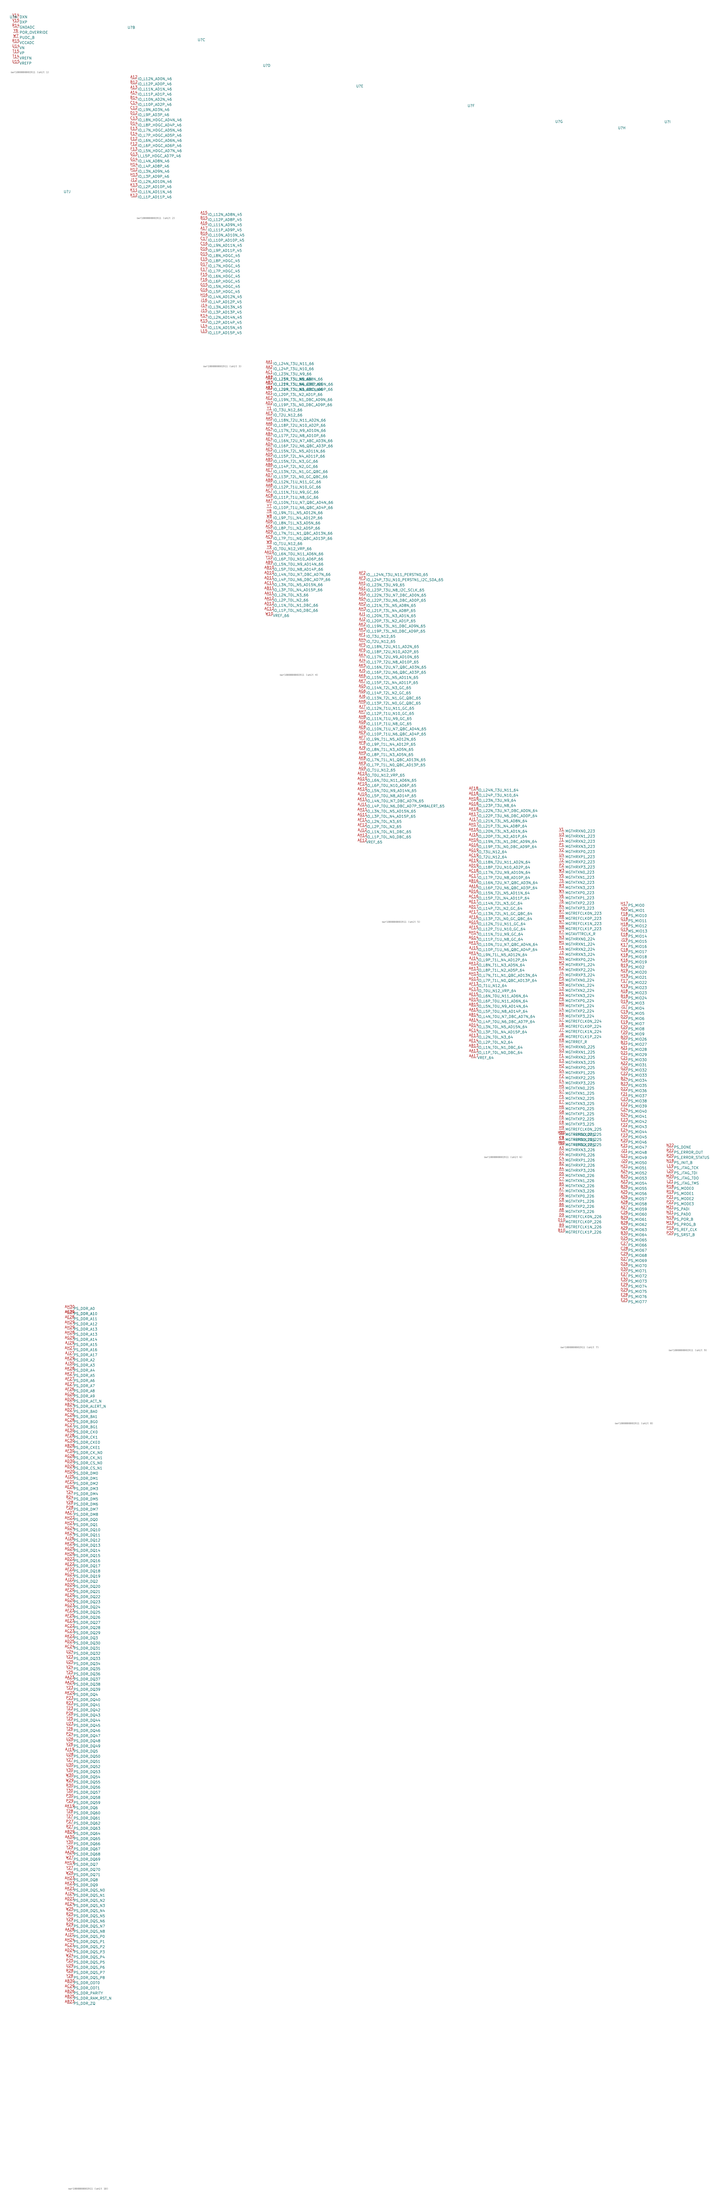
<source format=kicad_sym>
(kicad_symbol_lib
  (version 20220914)
  (generator kicad_symbol_editor)
  (symbol "swr1000000001911"
    (property "Reference" "U"
      (at 0 0 0)
      (effects (font (size 1.27 1.27))))
    (property "Value" ""
      (at 0 0 0)
      (effects (font (size 1.27 1.27))))
    (property "ki_locked" ""
      (at 0 0 0)
      (effects (font (size 1.27 1.27))))
    (symbol "swr1000000001911_1_0"
      (pin unspecified line (at 0 -5.08 0) (length 2.54) (name "GNDADC" (effects (font (size 1.27 1.27)))) (number "R14" (effects (font (size 1.27 1.27)))))
      (pin unspecified line (at 0 -12.7 0) (length 2.54) (name "VCCADC" (effects (font (size 1.27 1.27)))) (number "R15" (effects (font (size 1.27 1.27)))))
      (pin unspecified line (at 0 -20.32 0) (length 2.54) (name "VREFN" (effects (font (size 1.27 1.27)))) (number "T14" (effects (font (size 1.27 1.27)))))
      (pin unspecified line (at 0 -17.78 0) (length 2.54) (name "VP" (effects (font (size 1.27 1.27)))) (number "T15" (effects (font (size 1.27 1.27)))))
      (pin unspecified line (at 0 -15.24 0) (length 2.54) (name "VN" (effects (font (size 1.27 1.27)))) (number "U14" (effects (font (size 1.27 1.27)))))
      (pin unspecified line (at 0 -22.86 0) (length 2.54) (name "VREFP" (effects (font (size 1.27 1.27)))) (number "U15" (effects (font (size 1.27 1.27)))))
      (pin unspecified line (at 0 0 0) (length 2.54) (name "DXN" (effects (font (size 1.27 1.27)))) (number "V14" (effects (font (size 1.27 1.27)))))
      (pin unspecified line (at 0 -2.54 0) (length 2.54) (name "DXP" (effects (font (size 1.27 1.27)))) (number "V15" (effects (font (size 1.27 1.27)))))
      (pin unspecified line (at 0 -10.16 0) (length 2.54) (name "PUDC_B" (effects (font (size 1.27 1.27)))) (number "W7" (effects (font (size 1.27 1.27)))))
      (pin unspecified line (at 0 -7.62 0) (length 2.54) (name "POR_OVERRIDE" (effects (font (size 1.27 1.27)))) (number "Y6" (effects (font (size 1.27 1.27))))))
    (symbol "swr1000000001911_2_0"
      (pin unspecified line (at 0 -25.4 0) (length 2.54) (name "IO_L12N_AD0N_46" (effects (font (size 1.27 1.27)))) (number "A12" (effects (font (size 1.27 1.27)))))
      (pin unspecified line (at 0 -30.48 0) (length 2.54) (name "IO_L11N_AD1N_46" (effects (font (size 1.27 1.27)))) (number "A13" (effects (font (size 1.27 1.27)))))
      (pin unspecified line (at 0 -33.02 0) (length 2.54) (name "IO_L11P_AD1P_46" (effects (font (size 1.27 1.27)))) (number "A14" (effects (font (size 1.27 1.27)))))
      (pin unspecified line (at 0 -27.94 0) (length 2.54) (name "IO_L12P_AD0P_46" (effects (font (size 1.27 1.27)))) (number "B12" (effects (font (size 1.27 1.27)))))
      (pin unspecified line (at 0 -35.56 0) (length 2.54) (name "IO_L10N_AD2N_46" (effects (font (size 1.27 1.27)))) (number "B14" (effects (font (size 1.27 1.27)))))
      (pin unspecified line (at 0 -40.64 0) (length 2.54) (name "IO_L9N_AD3N_46" (effects (font (size 1.27 1.27)))) (number "C12" (effects (font (size 1.27 1.27)))))
      (pin unspecified line (at 0 -45.72 0) (length 2.54) (name "IO_L8N_HDGC_AD4N_46" (effects (font (size 1.27 1.27)))) (number "C13" (effects (font (size 1.27 1.27)))))
      (pin unspecified line (at 0 -38.1 0) (length 2.54) (name "IO_L10P_AD2P_46" (effects (font (size 1.27 1.27)))) (number "C14" (effects (font (size 1.27 1.27)))))
      (pin unspecified line (at 0 -43.18 0) (length 2.54) (name "IO_L9P_AD3P_46" (effects (font (size 1.27 1.27)))) (number "D12" (effects (font (size 1.27 1.27)))))
      (pin unspecified line (at 0 -48.26 0) (length 2.54) (name "IO_L8P_HDGC_AD4P_46" (effects (font (size 1.27 1.27)))) (number "D14" (effects (font (size 1.27 1.27)))))
      (pin unspecified line (at 0 -55.88 0) (length 2.54) (name "IO_L6N_HDGC_AD6N_46" (effects (font (size 1.27 1.27)))) (number "E12" (effects (font (size 1.27 1.27)))))
      (pin unspecified line (at 0 -50.8 0) (length 2.54) (name "IO_L7N_HDGC_AD5N_46" (effects (font (size 1.27 1.27)))) (number "E13" (effects (font (size 1.27 1.27)))))
      (pin unspecified line (at 0 -53.34 0) (length 2.54) (name "IO_L7P_HDGC_AD5P_46" (effects (font (size 1.27 1.27)))) (number "E14" (effects (font (size 1.27 1.27)))))
      (pin unspecified line (at 0 -58.42 0) (length 2.54) (name "IO_L6P_HDGC_AD6P_46" (effects (font (size 1.27 1.27)))) (number "F12" (effects (font (size 1.27 1.27)))))
      (pin unspecified line (at 0 -60.96 0) (length 2.54) (name "IO_L5N_HDGC_AD7N_46" (effects (font (size 1.27 1.27)))) (number "F13" (effects (font (size 1.27 1.27)))))
      (pin unspecified line (at 0 -63.5 0) (length 2.54) (name "LI_L5P_HDGC_AD7P_46" (effects (font (size 1.27 1.27)))) (number "G13" (effects (font (size 1.27 1.27)))))
      (pin unspecified line (at 0 -66.04 0) (length 2.54) (name "IO_L4N_AD8N_46" (effects (font (size 1.27 1.27)))) (number "G14" (effects (font (size 1.27 1.27)))))
      (pin unspecified line (at 0 -71.12 0) (length 2.54) (name "IO_L3N_AD9N_46" (effects (font (size 1.27 1.27)))) (number "H12" (effects (font (size 1.27 1.27)))))
      (pin unspecified line (at 0 -73.66 0) (length 2.54) (name "IO_L3P_AD9P_46" (effects (font (size 1.27 1.27)))) (number "H13" (effects (font (size 1.27 1.27)))))
      (pin unspecified line (at 0 -68.58 0) (length 2.54) (name "IO_L4P_AD8P_46" (effects (font (size 1.27 1.27)))) (number "H14" (effects (font (size 1.27 1.27)))))
      (pin unspecified line (at 0 -76.2 0) (length 2.54) (name "IO_L2N_AD10N_46" (effects (font (size 1.27 1.27)))) (number "J12" (effects (font (size 1.27 1.27)))))
      (pin unspecified line (at 0 -81.28 0) (length 2.54) (name "IO_L1N_AD11N_46" (effects (font (size 1.27 1.27)))) (number "K11" (effects (font (size 1.27 1.27)))))
      (pin unspecified line (at 0 -83.82 0) (length 2.54) (name "IO_L1P_AD11P_46" (effects (font (size 1.27 1.27)))) (number "K12" (effects (font (size 1.27 1.27)))))
      (pin unspecified line (at 0 -78.74 0) (length 2.54) (name "IO_L2P_AD10P_46" (effects (font (size 1.27 1.27)))) (number "K13" (effects (font (size 1.27 1.27))))))
    (symbol "swr1000000001911_3_0"
      (pin unspecified line (at 0 -86.36 0) (length 2.54) (name "IO_L12N_AD8N_45" (effects (font (size 1.27 1.27)))) (number "A15" (effects (font (size 1.27 1.27)))))
      (pin unspecified line (at 0 -91.44 0) (length 2.54) (name "IO_L11N_AD9N_45" (effects (font (size 1.27 1.27)))) (number "A16" (effects (font (size 1.27 1.27)))))
      (pin unspecified line (at 0 -93.98 0) (length 2.54) (name "IO_L11P_AD9P_45" (effects (font (size 1.27 1.27)))) (number "A17" (effects (font (size 1.27 1.27)))))
      (pin unspecified line (at 0 -88.9 0) (length 2.54) (name "IO_L12P_AD8P_45" (effects (font (size 1.27 1.27)))) (number "B15" (effects (font (size 1.27 1.27)))))
      (pin unspecified line (at 0 -96.52 0) (length 2.54) (name "IO_L10N_AD10N_45" (effects (font (size 1.27 1.27)))) (number "B16" (effects (font (size 1.27 1.27)))))
      (pin unspecified line (at 0 -101.6 0) (length 2.54) (name "IO_L9N_AD11N_45" (effects (font (size 1.27 1.27)))) (number "C16" (effects (font (size 1.27 1.27)))))
      (pin unspecified line (at 0 -99.06 0) (length 2.54) (name "IO_L10P_AD10P_45" (effects (font (size 1.27 1.27)))) (number "C17" (effects (font (size 1.27 1.27)))))
      (pin unspecified line (at 0 -106.68 0) (length 2.54) (name "IO_L8N_HDGC_45" (effects (font (size 1.27 1.27)))) (number "D15" (effects (font (size 1.27 1.27)))))
      (pin unspecified line (at 0 -104.14 0) (length 2.54) (name "IO_L9P_AD11P_45" (effects (font (size 1.27 1.27)))) (number "D16" (effects (font (size 1.27 1.27)))))
      (pin unspecified line (at 0 -111.76 0) (length 2.54) (name "IO_L7N_HDGC_45" (effects (font (size 1.27 1.27)))) (number "D17" (effects (font (size 1.27 1.27)))))
      (pin unspecified line (at 0 -109.22 0) (length 2.54) (name "IO_L8P_HDGC_45" (effects (font (size 1.27 1.27)))) (number "E15" (effects (font (size 1.27 1.27)))))
      (pin unspecified line (at 0 -114.3 0) (length 2.54) (name "IO_L7P_HDGC_45" (effects (font (size 1.27 1.27)))) (number "E17" (effects (font (size 1.27 1.27)))))
      (pin unspecified line (at 0 -116.84 0) (length 2.54) (name "IO_L6N_HDGC_45" (effects (font (size 1.27 1.27)))) (number "F15" (effects (font (size 1.27 1.27)))))
      (pin unspecified line (at 0 -119.38 0) (length 2.54) (name "IO_L6P_HDGC_45" (effects (font (size 1.27 1.27)))) (number "F16" (effects (font (size 1.27 1.27)))))
      (pin unspecified line (at 0 -121.92 0) (length 2.54) (name "IO_L5N_HDGC_45" (effects (font (size 1.27 1.27)))) (number "G15" (effects (font (size 1.27 1.27)))))
      (pin unspecified line (at 0 -124.46 0) (length 2.54) (name "IO_L5P_HDGC_45" (effects (font (size 1.27 1.27)))) (number "G16" (effects (font (size 1.27 1.27)))))
      (pin unspecified line (at 0 -127 0) (length 2.54) (name "IO_L4N_AD12N_45" (effects (font (size 1.27 1.27)))) (number "H16" (effects (font (size 1.27 1.27)))))
      (pin unspecified line (at 0 -132.08 0) (length 2.54) (name "IO_L3N_AD13N_45" (effects (font (size 1.27 1.27)))) (number "J14" (effects (font (size 1.27 1.27)))))
      (pin unspecified line (at 0 -134.62 0) (length 2.54) (name "IO_L3P_AD13P_45" (effects (font (size 1.27 1.27)))) (number "J15" (effects (font (size 1.27 1.27)))))
      (pin unspecified line (at 0 -129.54 0) (length 2.54) (name "IO_L4P_AD12P_45" (effects (font (size 1.27 1.27)))) (number "J16" (effects (font (size 1.27 1.27)))))
      (pin unspecified line (at 0 -137.16 0) (length 2.54) (name "IO_L2N_AD14N_45" (effects (font (size 1.27 1.27)))) (number "K14" (effects (font (size 1.27 1.27)))))
      (pin unspecified line (at 0 -139.7 0) (length 2.54) (name "IO_L2P_AD14P_45" (effects (font (size 1.27 1.27)))) (number "K15" (effects (font (size 1.27 1.27)))))
      (pin unspecified line (at 0 -142.24 0) (length 2.54) (name "IO_L1N_AD15N_45" (effects (font (size 1.27 1.27)))) (number "L14" (effects (font (size 1.27 1.27)))))
      (pin unspecified line (at 0 -144.78 0) (length 2.54) (name "IO_L1P_AD15P_45" (effects (font (size 1.27 1.27)))) (number "L15" (effects (font (size 1.27 1.27))))))
    (symbol "swr1000000001911_4_0"
      (pin unspecified line (at 0 -147.32 0) (length 2.54) (name "IO_L24N_T3U_N11_66" (effects (font (size 1.27 1.27)))) (number "AA1" (effects (font (size 1.27 1.27)))))
      (pin unspecified line (at 0 -241.3 0) (length 2.54) (name "IO_L6N_T0U_N11_AD6N_66" (effects (font (size 1.27 1.27)))) (number "AA10" (effects (font (size 1.27 1.27)))))
      (pin unspecified line (at 0 -261.62 0) (length 2.54) (name "IO_L2N_T0L_N3_66" (effects (font (size 1.27 1.27)))) (number "AA11" (effects (font (size 1.27 1.27)))))
      (pin unspecified line (at 0 -264.16 0) (length 2.54) (name "IO_L2P_T0L_N2_66" (effects (font (size 1.27 1.27)))) (number "AA12" (effects (font (size 1.27 1.27)))))
      (pin unspecified line (at 0 -149.86 0) (length 2.54) (name "IO_L24P_T3U_N10_66" (effects (font (size 1.27 1.27)))) (number "AA2" (effects (font (size 1.27 1.27)))))
      (pin unspecified line (at 0 -160.02 0) (length 2.54) (name "IO_L22P_T3U_N6_DBC_AD0P_66" (effects (font (size 1.27 1.27)))) (number "AA3" (effects (font (size 1.27 1.27)))))
      (pin unspecified line (at 0 -175.26 0) (length 2.54) (name "IO_L18N_T2U_N11_AD2N_66" (effects (font (size 1.27 1.27)))) (number "AA5" (effects (font (size 1.27 1.27)))))
      (pin unspecified line (at 0 -177.8 0) (length 2.54) (name "IO_L18P_T2U_N10_AD2P_66" (effects (font (size 1.27 1.27)))) (number "AA6" (effects (font (size 1.27 1.27)))))
      (pin unspecified line (at 0 -215.9 0) (length 2.54) (name "IO_L10N_T1U_N7_QBC_AD4N_66" (effects (font (size 1.27 1.27)))) (number "AA7" (effects (font (size 1.27 1.27)))))
      (pin unspecified line (at 0 -208.28 0) (length 2.54) (name "IO_L12P_T1U_N10_GC_66" (effects (font (size 1.27 1.27)))) (number "AA8" (effects (font (size 1.27 1.27)))))
      (pin unspecified line (at 0 -154.94 0) (length 2.54) (name "IO_L23P_T3U_N8_66" (effects (font (size 1.27 1.27)))) (number "AB1" (effects (font (size 1.27 1.27)))))
      (pin unspecified line (at 0 -248.92 0) (length 2.54) (name "IO_L5P_T0U_N8_AD14P_66" (effects (font (size 1.27 1.27)))) (number "AB10" (effects (font (size 1.27 1.27)))))
      (pin unspecified line (at 0 -259.08 0) (length 2.54) (name "IO_L3P_T0L_N4_AD15P_66" (effects (font (size 1.27 1.27)))) (number "AB11" (effects (font (size 1.27 1.27)))))
      (pin unspecified line (at 0 -157.48 0) (length 2.54) (name "IO_L22N_T3U_N6_DBC_AD0N_66" (effects (font (size 1.27 1.27)))) (number "AB3" (effects (font (size 1.27 1.27)))))
      (pin unspecified line (at 0 -182.88 0) (length 2.54) (name "IO_L17P_T2U_N8_AD10P_66" (effects (font (size 1.27 1.27)))) (number "AB4" (effects (font (size 1.27 1.27)))))
      (pin unspecified line (at 0 -195.58 0) (length 2.54) (name "IO_L15N_T2L_N3_GC_66" (effects (font (size 1.27 1.27)))) (number "AB5" (effects (font (size 1.27 1.27)))))
      (pin unspecified line (at 0 -198.12 0) (length 2.54) (name "IO_L14P_T2L_N2_GC_66" (effects (font (size 1.27 1.27)))) (number "AB6" (effects (font (size 1.27 1.27)))))
      (pin unspecified line (at 0 -205.74 0) (length 2.54) (name "IO_L12N_T1U_N11_GC_66" (effects (font (size 1.27 1.27)))) (number "AB8" (effects (font (size 1.27 1.27)))))
      (pin unspecified line (at 0 -246.38 0) (length 2.54) (name "IO_L5N_T0U_N9_AD14N_66" (effects (font (size 1.27 1.27)))) (number "AB9" (effects (font (size 1.27 1.27)))))
      (pin unspecified line (at 0 -152.4 0) (length 2.54) (name "IO_L23N_T3U_N9_66" (effects (font (size 1.27 1.27)))) (number "AC1" (effects (font (size 1.27 1.27)))))
      (pin unspecified line (at 0 -256.54 0) (length 2.54) (name "IO_L3N_T0L_N5_AD15N_66" (effects (font (size 1.27 1.27)))) (number "AC11" (effects (font (size 1.27 1.27)))))
      (pin unspecified line (at 0 -269.24 0) (length 2.54) (name "IO_L1P_T0L_N0_DBC_66" (effects (font (size 1.27 1.27)))) (number "AC12" (effects (font (size 1.27 1.27)))))
      (pin unspecified line (at 0 -154.94 0) (length 2.54) (name "IO_L21N_T3L_N5_AD8N_66" (effects (font (size 1.27 1.27)))) (number "AC2" (effects (font (size 1.27 1.27)))))
      (pin unspecified line (at 0 -157.48 0) (length 2.54) (name "IO_L21P_T3L_N4_AD8P_66" (effects (font (size 1.27 1.27)))) (number "AC3" (effects (font (size 1.27 1.27)))))
      (pin unspecified line (at 0 -180.34 0) (length 2.54) (name "IO_L17N_T2U_N9_AD10N_66" (effects (font (size 1.27 1.27)))) (number "AC4" (effects (font (size 1.27 1.27)))))
      (pin unspecified line (at 0 -228.6 0) (length 2.54) (name "IO_L8P_T1L_N2_AD5P_66" (effects (font (size 1.27 1.27)))) (number "AC6" (effects (font (size 1.27 1.27)))))
      (pin unspecified line (at 0 -210.82 0) (length 2.54) (name "IO_L11N_T1U_N9_GC_66" (effects (font (size 1.27 1.27)))) (number "AC7" (effects (font (size 1.27 1.27)))))
      (pin unspecified line (at 0 -213.36 0) (length 2.54) (name "IO_L11P_T1U_N8_GC_66" (effects (font (size 1.27 1.27)))) (number "AC8" (effects (font (size 1.27 1.27)))))
      (pin unspecified line (at 0 -233.68 0) (length 2.54) (name "IO_L7P_T1L_N0_QBC_AD13P_66" (effects (font (size 1.27 1.27)))) (number "AC9" (effects (font (size 1.27 1.27)))))
      (pin unspecified line (at 0 -162.56 0) (length 2.54) (name "IO_L20P_T3L_N2_AD1P_66" (effects (font (size 1.27 1.27)))) (number "AD1" (effects (font (size 1.27 1.27)))))
      (pin unspecified line (at 0 -251.46 0) (length 2.54) (name "IO_L4N_T0U_N7_DBC_AD7N_66" (effects (font (size 1.27 1.27)))) (number "AD10" (effects (font (size 1.27 1.27)))))
      (pin unspecified line (at 0 -254 0) (length 2.54) (name "IO_L4P_T0U_N6_DBC_AD7P_66" (effects (font (size 1.27 1.27)))) (number "AD11" (effects (font (size 1.27 1.27)))))
      (pin unspecified line (at 0 -266.7 0) (length 2.54) (name "IO_L1N_T0L_N1_DBC_66" (effects (font (size 1.27 1.27)))) (number "AD12" (effects (font (size 1.27 1.27)))))
      (pin unspecified line (at 0 -167.64 0) (length 2.54) (name "IO_L19P_T3L_N0_DBC_AD9P_66" (effects (font (size 1.27 1.27)))) (number "AD2" (effects (font (size 1.27 1.27)))))
      (pin unspecified line (at 0 -187.96 0) (length 2.54) (name "IO_L16P_T2U_N6_QBC_AD3P_66" (effects (font (size 1.27 1.27)))) (number "AD4" (effects (font (size 1.27 1.27)))))
      (pin unspecified line (at 0 -193.04 0) (length 2.54) (name "IO_L15P_T2L_N4_AD11P_66" (effects (font (size 1.27 1.27)))) (number "AD5" (effects (font (size 1.27 1.27)))))
      (pin unspecified line (at 0 -226.06 0) (length 2.54) (name "IO_L8N_T1L_N3_AD5N_66" (effects (font (size 1.27 1.27)))) (number "AD6" (effects (font (size 1.27 1.27)))))
      (pin unspecified line (at 0 -203.2 0) (length 2.54) (name "IO_L13P_T2L_N0_GC_QBC_66" (effects (font (size 1.27 1.27)))) (number "AD7" (effects (font (size 1.27 1.27)))))
      (pin unspecified line (at 0 -231.14 0) (length 2.54) (name "IO_L7N_T1L_N1_QBC_AD13N_66" (effects (font (size 1.27 1.27)))) (number "AD9" (effects (font (size 1.27 1.27)))))
      (pin unspecified line (at 0 -160.02 0) (length 2.54) (name "IO_L20N_T3L_N3_AD1N_66" (effects (font (size 1.27 1.27)))) (number "AE1" (effects (font (size 1.27 1.27)))))
      (pin unspecified line (at 0 -165.1 0) (length 2.54) (name "IO_L19N_T3L_N1_DBC_AD9N_66" (effects (font (size 1.27 1.27)))) (number "AE2" (effects (font (size 1.27 1.27)))))
      (pin unspecified line (at 0 -172.72 0) (length 2.54) (name "IO_T2U_N12_66" (effects (font (size 1.27 1.27)))) (number "AE3" (effects (font (size 1.27 1.27)))))
      (pin unspecified line (at 0 -185.42 0) (length 2.54) (name "IO_L16N_T2U_N7_ABC_AD3N_66" (effects (font (size 1.27 1.27)))) (number "AE4" (effects (font (size 1.27 1.27)))))
      (pin unspecified line (at 0 -190.5 0) (length 2.54) (name "IO_L15N_T2L_N5_AD11N_66" (effects (font (size 1.27 1.27)))) (number "AE5" (effects (font (size 1.27 1.27)))))
      (pin unspecified line (at 0 -200.66 0) (length 2.54) (name "IO_L13N_T2L_N1_GC_QBC_66" (effects (font (size 1.27 1.27)))) (number "AE7" (effects (font (size 1.27 1.27)))))
      (pin unspecified line (at 0 -271.78 0) (length 2.54) (name "VREF_66" (effects (font (size 1.27 1.27)))) (number "W10" (effects (font (size 1.27 1.27)))))
      (pin unspecified line (at 0 -223.52 0) (length 2.54) (name "IO_L9P_T1L_N4_AD12P_66" (effects (font (size 1.27 1.27)))) (number "W8" (effects (font (size 1.27 1.27)))))
      (pin unspecified line (at 0 -236.22 0) (length 2.54) (name "IO_T1U_N12_66" (effects (font (size 1.27 1.27)))) (number "W9" (effects (font (size 1.27 1.27)))))
      (pin unspecified line (at 0 -170.18 0) (length 2.54) (name "IO_T3U_N12_66" (effects (font (size 1.27 1.27)))) (number "Y1" (effects (font (size 1.27 1.27)))))
      (pin unspecified line (at 0 -243.84 0) (length 2.54) (name "IO_L6P_T0U_N10_AD6P_66" (effects (font (size 1.27 1.27)))) (number "Y10" (effects (font (size 1.27 1.27)))))
      (pin unspecified line (at 0 -218.44 0) (length 2.54) (name "IO_L10P_T1U_N6_QBC_AD4P_66" (effects (font (size 1.27 1.27)))) (number "Y7" (effects (font (size 1.27 1.27)))))
      (pin unspecified line (at 0 -220.98 0) (length 2.54) (name "IO_L9N_T1L_N5_AD12N_66" (effects (font (size 1.27 1.27)))) (number "Y8" (effects (font (size 1.27 1.27)))))
      (pin unspecified line (at 0 -238.76 0) (length 2.54) (name "IO_T0U_N12_VRP_66" (effects (font (size 1.27 1.27)))) (number "Y9" (effects (font (size 1.27 1.27))))))
    (symbol "swr1000000001911_5_0"
      (pin unspecified line (at 0 -340.36 0) (length 2.54) (name "IO_T0U_N12_VRP_65" (effects (font (size 1.27 1.27)))) (number "AE10" (effects (font (size 1.27 1.27)))))
      (pin unspecified line (at 0 -373.38 0) (length 2.54) (name "VREF_65" (effects (font (size 1.27 1.27)))) (number "AE12" (effects (font (size 1.27 1.27)))))
      (pin unspecified line (at 0 -317.5 0) (length 2.54) (name "IO_L10N_T1U_N7_QBC_AD4N_65" (effects (font (size 1.27 1.27)))) (number "AE8" (effects (font (size 1.27 1.27)))))
      (pin unspecified line (at 0 -320.04 0) (length 2.54) (name "IO_L10P_T1U_N6_QBC_AD4P_65" (effects (font (size 1.27 1.27)))) (number "AE9" (effects (font (size 1.27 1.27)))))
      (pin unspecified line (at 0 -271.78 0) (length 2.54) (name "IO_T3U_N12_65" (effects (font (size 1.27 1.27)))) (number "AF1" (effects (font (size 1.27 1.27)))))
      (pin unspecified line (at 0 -345.44 0) (length 2.54) (name "IO_L6P_T0U_N10_AD6P_65" (effects (font (size 1.27 1.27)))) (number "AF10" (effects (font (size 1.27 1.27)))))
      (pin unspecified line (at 0 -363.22 0) (length 2.54) (name "IO_L2N_T0L_N3_65" (effects (font (size 1.27 1.27)))) (number "AF11" (effects (font (size 1.27 1.27)))))
      (pin unspecified line (at 0 -365.76 0) (length 2.54) (name "IO_L2P_T0L_N2_65" (effects (font (size 1.27 1.27)))) (number "AF12" (effects (font (size 1.27 1.27)))))
      (pin unspecified line (at 0 -241.3 0) (length 2.54) (name "IO__L24N_T3U_N11_PERSTN0_65" (effects (font (size 1.27 1.27)))) (number "AF2" (effects (font (size 1.27 1.27)))))
      (pin unspecified line (at 0 -243.84 0) (length 2.54) (name "IO_L24P_T3U_N10_PERSTN1_I2C_SDA_65" (effects (font (size 1.27 1.27)))) (number "AF3" (effects (font (size 1.27 1.27)))))
      (pin unspecified line (at 0 -276.86 0) (length 2.54) (name "IO_L18N_T2U_N11_AD2N_65" (effects (font (size 1.27 1.27)))) (number "AF5" (effects (font (size 1.27 1.27)))))
      (pin unspecified line (at 0 -279.4 0) (length 2.54) (name "IO_L18P_T2U_N10_AD2P_65" (effects (font (size 1.27 1.27)))) (number "AF6" (effects (font (size 1.27 1.27)))))
      (pin unspecified line (at 0 -322.58 0) (length 2.54) (name "IO_L9N_T1L_N5_AD12N_65" (effects (font (size 1.27 1.27)))) (number "AF7" (effects (font (size 1.27 1.27)))))
      (pin unspecified line (at 0 -325.12 0) (length 2.54) (name "IO_L9P_T1L_N4_AD12P_65" (effects (font (size 1.27 1.27)))) (number "AF8" (effects (font (size 1.27 1.27)))))
      (pin unspecified line (at 0 -248.92 0) (length 2.54) (name "IO_L23P_T3U_N8_I2C_SCLK_65" (effects (font (size 1.27 1.27)))) (number "AG1" (effects (font (size 1.27 1.27)))))
      (pin unspecified line (at 0 -342.9 0) (length 2.54) (name "IO_L6N_T0U_N11_AD6N_65" (effects (font (size 1.27 1.27)))) (number "AG10" (effects (font (size 1.27 1.27)))))
      (pin unspecified line (at 0 -360.68 0) (length 2.54) (name "IO_L3P_T0L_N4_AD15P_65" (effects (font (size 1.27 1.27)))) (number "AG11" (effects (font (size 1.27 1.27)))))
      (pin unspecified line (at 0 -251.46 0) (length 2.54) (name "IO_L22N_T3U_N7_DBC_AD0N_65" (effects (font (size 1.27 1.27)))) (number "AG3" (effects (font (size 1.27 1.27)))))
      (pin unspecified line (at 0 -254 0) (length 2.54) (name "IO_L22P_T3U_N6_DBC_AD0P_65" (effects (font (size 1.27 1.27)))) (number "AG4" (effects (font (size 1.27 1.27)))))
      (pin unspecified line (at 0 -297.18 0) (length 2.54) (name "IO_L14N_T2L_N3_GC_65" (effects (font (size 1.27 1.27)))) (number "AG5" (effects (font (size 1.27 1.27)))))
      (pin unspecified line (at 0 -299.72 0) (length 2.54) (name "IO_L14P_T2L_N2_GC_65" (effects (font (size 1.27 1.27)))) (number "AG6" (effects (font (size 1.27 1.27)))))
      (pin unspecified line (at 0 -314.96 0) (length 2.54) (name "IO_L11P_T1U_N8_GC_65" (effects (font (size 1.27 1.27)))) (number "AG8" (effects (font (size 1.27 1.27)))))
      (pin unspecified line (at 0 -337.82 0) (length 2.54) (name "IO_T1U_N12_65" (effects (font (size 1.27 1.27)))) (number "AG9" (effects (font (size 1.27 1.27)))))
      (pin unspecified line (at 0 -246.38 0) (length 2.54) (name "IO_L23N_T3U_N9_65" (effects (font (size 1.27 1.27)))) (number "AH1" (effects (font (size 1.27 1.27)))))
      (pin unspecified line (at 0 -358.14 0) (length 2.54) (name "IO_L3N_T0L_N5_AD15N_65" (effects (font (size 1.27 1.27)))) (number "AH11" (effects (font (size 1.27 1.27)))))
      (pin unspecified line (at 0 -370.84 0) (length 2.54) (name "IO_L1P_T0L_N0_DBC_65" (effects (font (size 1.27 1.27)))) (number "AH12" (effects (font (size 1.27 1.27)))))
      (pin unspecified line (at 0 -256.54 0) (length 2.54) (name "IO_L21N_T3L_N5_AD8N_65" (effects (font (size 1.27 1.27)))) (number "AH2" (effects (font (size 1.27 1.27)))))
      (pin unspecified line (at 0 -259.08 0) (length 2.54) (name "IO_L21P_T3L_N4_AD8P_65" (effects (font (size 1.27 1.27)))) (number "AH3" (effects (font (size 1.27 1.27)))))
      (pin unspecified line (at 0 -274.32 0) (length 2.54) (name "IO_T2U_N12_65" (effects (font (size 1.27 1.27)))) (number "AH4" (effects (font (size 1.27 1.27)))))
      (pin unspecified line (at 0 -304.8 0) (length 2.54) (name "IO_L13P_T2L_N0_GC_QBC_65" (effects (font (size 1.27 1.27)))) (number "AH6" (effects (font (size 1.27 1.27)))))
      (pin unspecified line (at 0 -309.88 0) (length 2.54) (name "IO_L12P_T1U_N10_GC_65" (effects (font (size 1.27 1.27)))) (number "AH7" (effects (font (size 1.27 1.27)))))
      (pin unspecified line (at 0 -312.42 0) (length 2.54) (name "IO_L11N_T1U_N9_GC_65" (effects (font (size 1.27 1.27)))) (number "AH8" (effects (font (size 1.27 1.27)))))
      (pin unspecified line (at 0 -330.2 0) (length 2.54) (name "IO_L8P_T1L_N3_AD5N_65" (effects (font (size 1.27 1.27)))) (number "AH9" (effects (font (size 1.27 1.27)))))
      (pin unspecified line (at 0 -261.62 0) (length 2.54) (name "IO_L20N_T3L_N3_AD1N_65" (effects (font (size 1.27 1.27)))) (number "AJ1" (effects (font (size 1.27 1.27)))))
      (pin unspecified line (at 0 -350.52 0) (length 2.54) (name "IO_L5P_T0U_N8_AD14P_65" (effects (font (size 1.27 1.27)))) (number "AJ10" (effects (font (size 1.27 1.27)))))
      (pin unspecified line (at 0 -355.6 0) (length 2.54) (name "IO_L4P_T0U_N6_DBC_AD7P_SMBALERT_65" (effects (font (size 1.27 1.27)))) (number "AJ11" (effects (font (size 1.27 1.27)))))
      (pin unspecified line (at 0 -368.3 0) (length 2.54) (name "IO_L1N_T0L_N1_DBC_65" (effects (font (size 1.27 1.27)))) (number "AJ12" (effects (font (size 1.27 1.27)))))
      (pin unspecified line (at 0 -264.16 0) (length 2.54) (name "IO_L20P_T3L_N2_AD1P_65" (effects (font (size 1.27 1.27)))) (number "AJ2" (effects (font (size 1.27 1.27)))))
      (pin unspecified line (at 0 -284.48 0) (length 2.54) (name "IO_L17P_T2U_N8_AD10P_65" (effects (font (size 1.27 1.27)))) (number "AJ4" (effects (font (size 1.27 1.27)))))
      (pin unspecified line (at 0 -289.56 0) (length 2.54) (name "IO_L16P_T2U_N6_QBC_AD3P_65" (effects (font (size 1.27 1.27)))) (number "AJ5" (effects (font (size 1.27 1.27)))))
      (pin unspecified line (at 0 -302.26 0) (length 2.54) (name "IO_L13N_T2L_N1_GC_QBC_65" (effects (font (size 1.27 1.27)))) (number "AJ6" (effects (font (size 1.27 1.27)))))
      (pin unspecified line (at 0 -307.34 0) (length 2.54) (name "IO_L12N_T1U_N11_GC_65" (effects (font (size 1.27 1.27)))) (number "AJ7" (effects (font (size 1.27 1.27)))))
      (pin unspecified line (at 0 -327.66 0) (length 2.54) (name "IO_L8N_T1L_N3_AD5N_65" (effects (font (size 1.27 1.27)))) (number "AJ9" (effects (font (size 1.27 1.27)))))
      (pin unspecified line (at 0 -347.98 0) (length 2.54) (name "IO_L5N_T0U_N9_AD14N_65" (effects (font (size 1.27 1.27)))) (number "AK10" (effects (font (size 1.27 1.27)))))
      (pin unspecified line (at 0 -353.06 0) (length 2.54) (name "IO_L4N_T0U_N7_DBC_AD7N_65" (effects (font (size 1.27 1.27)))) (number "AK11" (effects (font (size 1.27 1.27)))))
      (pin unspecified line (at 0 -266.7 0) (length 2.54) (name "IO_L19N_T3L_N1_DBC_AD9N_65" (effects (font (size 1.27 1.27)))) (number "AK2" (effects (font (size 1.27 1.27)))))
      (pin unspecified line (at 0 -269.24 0) (length 2.54) (name "IO_L19P_T3L_N0_DBC_AD9P_65" (effects (font (size 1.27 1.27)))) (number "AK3" (effects (font (size 1.27 1.27)))))
      (pin unspecified line (at 0 -281.94 0) (length 2.54) (name "IO_L17N_T2U_N9_AD10N_65" (effects (font (size 1.27 1.27)))) (number "AK4" (effects (font (size 1.27 1.27)))))
      (pin unspecified line (at 0 -287.02 0) (length 2.54) (name "IO_L16N_T2U_N7_QBC_AD3N_65" (effects (font (size 1.27 1.27)))) (number "AK5" (effects (font (size 1.27 1.27)))))
      (pin unspecified line (at 0 -292.1 0) (length 2.54) (name "IO_L15N_T2L_N5_AD11N_65" (effects (font (size 1.27 1.27)))) (number "AK6" (effects (font (size 1.27 1.27)))))
      (pin unspecified line (at 0 -294.64 0) (length 2.54) (name "IO_L15P_T2L_N4_AD11P_65" (effects (font (size 1.27 1.27)))) (number "AK7" (effects (font (size 1.27 1.27)))))
      (pin unspecified line (at 0 -332.74 0) (length 2.54) (name "IO_L7N_T1L_N1_QBC_AD13N_65" (effects (font (size 1.27 1.27)))) (number "AK8" (effects (font (size 1.27 1.27)))))
      (pin unspecified line (at 0 -335.28 0) (length 2.54) (name "IO_L7P_T1L_N0_QBC_AD13P_65" (effects (font (size 1.27 1.27)))) (number "AK9" (effects (font (size 1.27 1.27))))))
    (symbol "swr1000000001911_6_0"
      (pin unspecified line (at 0 -467.36 0) (length 2.54) (name "IO_L1P_T0L_N0_DBC_64" (effects (font (size 1.27 1.27)))) (number "AA13" (effects (font (size 1.27 1.27)))))
      (pin unspecified line (at 0 -452.12 0) (length 2.54) (name "IO_L4P_T0U_N6_DBC_AD7P_64" (effects (font (size 1.27 1.27)))) (number "AA14" (effects (font (size 1.27 1.27)))))
      (pin unspecified line (at 0 -447.04 0) (length 2.54) (name "IO_L5P_T0U_N8_AD14P_64" (effects (font (size 1.27 1.27)))) (number "AA15" (effects (font (size 1.27 1.27)))))
      (pin unspecified line (at 0 -386.08 0) (length 2.54) (name "IO_L16P_T2U_N6_QBC_AD3P_64" (effects (font (size 1.27 1.27)))) (number "AA16" (effects (font (size 1.27 1.27)))))
      (pin unspecified line (at 0 -469.9 0) (length 2.54) (name "VREF_64" (effects (font (size 1.27 1.27)))) (number "AA17" (effects (font (size 1.27 1.27)))))
      (pin unspecified line (at 0 -464.82 0) (length 2.54) (name "IO_L1N_T0L_N1_DBC_64" (effects (font (size 1.27 1.27)))) (number "AB13" (effects (font (size 1.27 1.27)))))
      (pin unspecified line (at 0 -449.58 0) (length 2.54) (name "IO_L4N_T0U_N7_DBC_AD7N_64" (effects (font (size 1.27 1.27)))) (number "AB14" (effects (font (size 1.27 1.27)))))
      (pin unspecified line (at 0 -444.5 0) (length 2.54) (name "IO_L5N_T0U_N9_AD14N_64" (effects (font (size 1.27 1.27)))) (number "AB15" (effects (font (size 1.27 1.27)))))
      (pin unspecified line (at 0 -383.54 0) (length 2.54) (name "IO_L16N_T2U_N7_QBC_AD3N_64" (effects (font (size 1.27 1.27)))) (number "AB16" (effects (font (size 1.27 1.27)))))
      (pin unspecified line (at 0 -436.88 0) (length 2.54) (name "IO_T0U_N12_VRP_64" (effects (font (size 1.27 1.27)))) (number "AC13" (effects (font (size 1.27 1.27)))))
      (pin unspecified line (at 0 -457.2 0) (length 2.54) (name "IO_L3P_T0L_N4_AD15P_64" (effects (font (size 1.27 1.27)))) (number "AC14" (effects (font (size 1.27 1.27)))))
      (pin unspecified line (at 0 -391.16 0) (length 2.54) (name "IO_L15P_T2L_N4_AD11P_64" (effects (font (size 1.27 1.27)))) (number "AC16" (effects (font (size 1.27 1.27)))))
      (pin unspecified line (at 0 -381 0) (length 2.54) (name "IO_L17P_T2U_N8_AD10P_64" (effects (font (size 1.27 1.27)))) (number "AC17" (effects (font (size 1.27 1.27)))))
      (pin unspecified line (at 0 -378.46 0) (length 2.54) (name "IO_L17N_T2U_N9_AD10N_64" (effects (font (size 1.27 1.27)))) (number "AC18" (effects (font (size 1.27 1.27)))))
      (pin unspecified line (at 0 -370.84 0) (length 2.54) (name "IO_T2U_N12_64" (effects (font (size 1.27 1.27)))) (number "AC19" (effects (font (size 1.27 1.27)))))
      (pin unspecified line (at 0 -454.66 0) (length 2.54) (name "IO_L3N_T0L_N5_AD15N_64" (effects (font (size 1.27 1.27)))) (number "AD14" (effects (font (size 1.27 1.27)))))
      (pin unspecified line (at 0 -441.96 0) (length 2.54) (name "IO_L6P_T0U_N11_AD6N_64" (effects (font (size 1.27 1.27)))) (number "AD15" (effects (font (size 1.27 1.27)))))
      (pin unspecified line (at 0 -388.62 0) (length 2.54) (name "IO_L15N_T2L_N5_AD11N_64" (effects (font (size 1.27 1.27)))) (number "AD16" (effects (font (size 1.27 1.27)))))
      (pin unspecified line (at 0 -396.24 0) (length 2.54) (name "IO_L14P_T2L_N2_GC_64" (effects (font (size 1.27 1.27)))) (number "AD17" (effects (font (size 1.27 1.27)))))
      (pin unspecified line (at 0 -375.92 0) (length 2.54) (name "IO_L18P_T2U_N10_AD2P_64" (effects (font (size 1.27 1.27)))) (number "AD19" (effects (font (size 1.27 1.27)))))
      (pin unspecified line (at 0 -459.74 0) (length 2.54) (name "IO_L2N_T0L_N3_64" (effects (font (size 1.27 1.27)))) (number "AE13" (effects (font (size 1.27 1.27)))))
      (pin unspecified line (at 0 -462.28 0) (length 2.54) (name "IO_L2P_T0L_N2_64" (effects (font (size 1.27 1.27)))) (number "AE14" (effects (font (size 1.27 1.27)))))
      (pin unspecified line (at 0 -439.42 0) (length 2.54) (name "IO_L6N_T0U_N11_AD6N_64" (effects (font (size 1.27 1.27)))) (number "AE15" (effects (font (size 1.27 1.27)))))
      (pin unspecified line (at 0 -393.7 0) (length 2.54) (name "IO_L14N_T2L_N3_GC_64" (effects (font (size 1.27 1.27)))) (number "AE17" (effects (font (size 1.27 1.27)))))
      (pin unspecified line (at 0 -340.36 0) (length 2.54) (name "IO_L24P_T3U_N10_64" (effects (font (size 1.27 1.27)))) (number "AE18" (effects (font (size 1.27 1.27)))))
      (pin unspecified line (at 0 -373.38 0) (length 2.54) (name "IO_L18N_T2U_N11_AD2N_64" (effects (font (size 1.27 1.27)))) (number "AE19" (effects (font (size 1.27 1.27)))))
      (pin unspecified line (at 0 -434.34 0) (length 2.54) (name "IO_T1U_N12_64" (effects (font (size 1.27 1.27)))) (number "AF13" (effects (font (size 1.27 1.27)))))
      (pin unspecified line (at 0 -406.4 0) (length 2.54) (name "IO_L12P_T1U_N10_GC_64" (effects (font (size 1.27 1.27)))) (number "AF15" (effects (font (size 1.27 1.27)))))
      (pin unspecified line (at 0 -401.32 0) (length 2.54) (name "IO_L13P_T2L_N0_GC_QBC_64" (effects (font (size 1.27 1.27)))) (number "AF16" (effects (font (size 1.27 1.27)))))
      (pin unspecified line (at 0 -398.78 0) (length 2.54) (name "IO_L13N_T2L_N1_GC_QBC_64" (effects (font (size 1.27 1.27)))) (number "AF17" (effects (font (size 1.27 1.27)))))
      (pin unspecified line (at 0 -337.82 0) (length 2.54) (name "IO_L24N_T3U_N11_64" (effects (font (size 1.27 1.27)))) (number "AF18" (effects (font (size 1.27 1.27)))))
      (pin unspecified line (at 0 -431.8 0) (length 2.54) (name "IO_L7P_T1L_N0_QBC_AD13P_64" (effects (font (size 1.27 1.27)))) (number "AG13" (effects (font (size 1.27 1.27)))))
      (pin unspecified line (at 0 -411.48 0) (length 2.54) (name "IO_L11P_T1U_N8_GC_64" (effects (font (size 1.27 1.27)))) (number "AG14" (effects (font (size 1.27 1.27)))))
      (pin unspecified line (at 0 -403.86 0) (length 2.54) (name "IO_L12N_T1U_N11_GC_64" (effects (font (size 1.27 1.27)))) (number "AG15" (effects (font (size 1.27 1.27)))))
      (pin unspecified line (at 0 -365.76 0) (length 2.54) (name "IO_L19P_T3L_N0_DBC_AD9P_64" (effects (font (size 1.27 1.27)))) (number "AG16" (effects (font (size 1.27 1.27)))))
      (pin unspecified line (at 0 -345.44 0) (length 2.54) (name "IO_L23P_T3U_N8_64" (effects (font (size 1.27 1.27)))) (number "AG18" (effects (font (size 1.27 1.27)))))
      (pin unspecified line (at 0 -368.3 0) (length 2.54) (name "IO_T3U_N12_64" (effects (font (size 1.27 1.27)))) (number "AG19" (effects (font (size 1.27 1.27)))))
      (pin unspecified line (at 0 -429.26 0) (length 2.54) (name "IO_L7N_T1L_N1_QBC_AD13N_64" (effects (font (size 1.27 1.27)))) (number "AH13" (effects (font (size 1.27 1.27)))))
      (pin unspecified line (at 0 -408.94 0) (length 2.54) (name "IO_L11N_T1U_N9_GC_64" (effects (font (size 1.27 1.27)))) (number "AH14" (effects (font (size 1.27 1.27)))))
      (pin unspecified line (at 0 -363.22 0) (length 2.54) (name "IO_L19N_T3L_N1_DBC_AD9N_64" (effects (font (size 1.27 1.27)))) (number "AH16" (effects (font (size 1.27 1.27)))))
      (pin unspecified line (at 0 -355.6 0) (length 2.54) (name "IO_L21P_T3L_N4_AD8P_64" (effects (font (size 1.27 1.27)))) (number "AH17" (effects (font (size 1.27 1.27)))))
      (pin unspecified line (at 0 -342.9 0) (length 2.54) (name "IO_L23N_T3U_N9_64" (effects (font (size 1.27 1.27)))) (number "AH18" (effects (font (size 1.27 1.27)))))
      (pin unspecified line (at 0 -421.64 0) (length 2.54) (name "IO_L9P_T1L_N4_AD12P_64" (effects (font (size 1.27 1.27)))) (number "AJ14" (effects (font (size 1.27 1.27)))))
      (pin unspecified line (at 0 -416.56 0) (length 2.54) (name "IO_L10P_T1U_N6_QBC_AD4P_64" (effects (font (size 1.27 1.27)))) (number "AJ15" (effects (font (size 1.27 1.27)))))
      (pin unspecified line (at 0 -360.68 0) (length 2.54) (name "IO_L20P_T3L_N2_AD1P_64" (effects (font (size 1.27 1.27)))) (number "AJ16" (effects (font (size 1.27 1.27)))))
      (pin unspecified line (at 0 -353.06 0) (length 2.54) (name "IO_L21N_T3L_N5_AD8N_64" (effects (font (size 1.27 1.27)))) (number "AJ17" (effects (font (size 1.27 1.27)))))
      (pin unspecified line (at 0 -424.18 0) (length 2.54) (name "IO_L8N_T1L_N3_AD5N_64" (effects (font (size 1.27 1.27)))) (number "AK12" (effects (font (size 1.27 1.27)))))
      (pin unspecified line (at 0 -426.72 0) (length 2.54) (name "IO_L8P_T1L_N2_AD5P_64" (effects (font (size 1.27 1.27)))) (number "AK13" (effects (font (size 1.27 1.27)))))
      (pin unspecified line (at 0 -419.1 0) (length 2.54) (name "IO_L9N_T1L_N5_AD12N_64" (effects (font (size 1.27 1.27)))) (number "AK14" (effects (font (size 1.27 1.27)))))
      (pin unspecified line (at 0 -414.02 0) (length 2.54) (name "IO_L10N_T1U_N7_QBC_AD4N_64" (effects (font (size 1.27 1.27)))) (number "AK15" (effects (font (size 1.27 1.27)))))
      (pin unspecified line (at 0 -358.14 0) (length 2.54) (name "IO_L20N_T3L_N3_AD1N_64" (effects (font (size 1.27 1.27)))) (number "AK16" (effects (font (size 1.27 1.27)))))
      (pin unspecified line (at 0 -350.52 0) (length 2.54) (name "IO_L22P_T3U_N6_DBC_AD0P_64" (effects (font (size 1.27 1.27)))) (number "AK17" (effects (font (size 1.27 1.27)))))
      (pin unspecified line (at 0 -347.98 0) (length 2.54) (name "IO_L22N_T3U_N7_DBC_AD0N_64" (effects (font (size 1.27 1.27)))) (number "AK18" (effects (font (size 1.27 1.27))))))
    (symbol "swr1000000001911_7_0"
      (pin unspecified line (at 0 -508 0) (length 2.54) (name "MGTHRXN3_226" (effects (font (size 1.27 1.27)))) (number "A3" (effects (font (size 1.27 1.27)))))
      (pin unspecified line (at 0 -518.16 0) (length 2.54) (name "MGTHRXP3_226" (effects (font (size 1.27 1.27)))) (number "A4" (effects (font (size 1.27 1.27)))))
      (pin unspecified line (at 0 -528.32 0) (length 2.54) (name "MGTHTXN3_226" (effects (font (size 1.27 1.27)))) (number "A7" (effects (font (size 1.27 1.27)))))
      (pin unspecified line (at 0 -538.48 0) (length 2.54) (name "MGTHTXP3_226" (effects (font (size 1.27 1.27)))) (number "A8" (effects (font (size 1.27 1.27)))))
      (pin unspecified line (at 0 -505.46 0) (length 2.54) (name "MGTHRXN2_226" (effects (font (size 1.27 1.27)))) (number "B1" (effects (font (size 1.27 1.27)))))
      (pin unspecified line (at 0 -548.64 0) (length 2.54) (name "MGTREFCLK1P_226" (effects (font (size 1.27 1.27)))) (number "B10" (effects (font (size 1.27 1.27)))))
      (pin unspecified line (at 0 -515.62 0) (length 2.54) (name "MGTHRXP2_226" (effects (font (size 1.27 1.27)))) (number "B2" (effects (font (size 1.27 1.27)))))
      (pin unspecified line (at 0 -525.78 0) (length 2.54) (name "MGTHTXN2_226" (effects (font (size 1.27 1.27)))) (number "B5" (effects (font (size 1.27 1.27)))))
      (pin unspecified line (at 0 -535.94 0) (length 2.54) (name "MGTHTXP2_226" (effects (font (size 1.27 1.27)))) (number "B6" (effects (font (size 1.27 1.27)))))
      (pin unspecified line (at 0 -546.1 0) (length 2.54) (name "MGTREFCLK1N_226" (effects (font (size 1.27 1.27)))) (number "B9" (effects (font (size 1.27 1.27)))))
      (pin unspecified line (at 0 -502.92 0) (length 2.54) (name "MGTHRXN1_226" (effects (font (size 1.27 1.27)))) (number "C3" (effects (font (size 1.27 1.27)))))
      (pin unspecified line (at 0 -513.08 0) (length 2.54) (name "MGTHRXP1_226" (effects (font (size 1.27 1.27)))) (number "C4" (effects (font (size 1.27 1.27)))))
      (pin unspecified line (at 0 -523.24 0) (length 2.54) (name "MGTHTXN1_226" (effects (font (size 1.27 1.27)))) (number "C7" (effects (font (size 1.27 1.27)))))
      (pin unspecified line (at 0 -533.4 0) (length 2.54) (name "MGTHTXP1_226" (effects (font (size 1.27 1.27)))) (number "C8" (effects (font (size 1.27 1.27)))))
      (pin unspecified line (at 0 -500.38 0) (length 2.54) (name "MGTHRXN0_226" (effects (font (size 1.27 1.27)))) (number "D1" (effects (font (size 1.27 1.27)))))
      (pin unspecified line (at 0 -543.56 0) (length 2.54) (name "MGTREFCLK0P_226" (effects (font (size 1.27 1.27)))) (number "D10" (effects (font (size 1.27 1.27)))))
      (pin unspecified line (at 0 -510.54 0) (length 2.54) (name "MGTHRXP0_226" (effects (font (size 1.27 1.27)))) (number "D2" (effects (font (size 1.27 1.27)))))
      (pin unspecified line (at 0 -520.7 0) (length 2.54) (name "MGTHTXN0_226" (effects (font (size 1.27 1.27)))) (number "D5" (effects (font (size 1.27 1.27)))))
      (pin unspecified line (at 0 -530.86 0) (length 2.54) (name "MGTHTXP0_226" (effects (font (size 1.27 1.27)))) (number "D6" (effects (font (size 1.27 1.27)))))
      (pin unspecified line (at 0 -541.02 0) (length 2.54) (name "MGTREFCLK0N_226" (effects (font (size 1.27 1.27)))) (number "D9" (effects (font (size 1.27 1.27)))))
      (pin unspecified line (at 0 -464.82 0) (length 2.54) (name "MGTHRXN3_225" (effects (font (size 1.27 1.27)))) (number "E3" (effects (font (size 1.27 1.27)))))
      (pin unspecified line (at 0 -474.98 0) (length 2.54) (name "MGTHRXP3_225" (effects (font (size 1.27 1.27)))) (number "E4" (effects (font (size 1.27 1.27)))))
      (pin unspecified line (at 0 -485.14 0) (length 2.54) (name "MGTHTXN3_225" (effects (font (size 1.27 1.27)))) (number "E7" (effects (font (size 1.27 1.27)))))
      (pin unspecified line (at 0 -495.3 0) (length 2.54) (name "MGTHTXP3_225" (effects (font (size 1.27 1.27)))) (number "E8" (effects (font (size 1.27 1.27)))))
      (pin unspecified line (at 0 -462.28 0) (length 2.54) (name "MGTHRXN2_225" (effects (font (size 1.27 1.27)))) (number "F1" (effects (font (size 1.27 1.27)))))
      (pin unspecified line (at 0 -505.46 0) (length 2.54) (name "MGTREFCLK1P_225" (effects (font (size 1.27 1.27)))) (number "F10" (effects (font (size 1.27 1.27)))))
      (pin unspecified line (at 0 -472.44 0) (length 2.54) (name "MGTHRXP2_225" (effects (font (size 1.27 1.27)))) (number "F2" (effects (font (size 1.27 1.27)))))
      (pin unspecified line (at 0 -482.6 0) (length 2.54) (name "MGTHTXN2_225" (effects (font (size 1.27 1.27)))) (number "F5" (effects (font (size 1.27 1.27)))))
      (pin unspecified line (at 0 -492.76 0) (length 2.54) (name "MGTHTXP2_225" (effects (font (size 1.27 1.27)))) (number "F6" (effects (font (size 1.27 1.27)))))
      (pin unspecified line (at 0 -502.92 0) (length 2.54) (name "MGTREFCLK1N_225" (effects (font (size 1.27 1.27)))) (number "F9" (effects (font (size 1.27 1.27)))))
      (pin unspecified line (at 0 -459.74 0) (length 2.54) (name "MGTHRXN1_225" (effects (font (size 1.27 1.27)))) (number "G3" (effects (font (size 1.27 1.27)))))
      (pin unspecified line (at 0 -469.9 0) (length 2.54) (name "MGTHRXP1_225" (effects (font (size 1.27 1.27)))) (number "G4" (effects (font (size 1.27 1.27)))))
      (pin unspecified line (at 0 -480.06 0) (length 2.54) (name "MGTHTXN1_225" (effects (font (size 1.27 1.27)))) (number "G7" (effects (font (size 1.27 1.27)))))
      (pin unspecified line (at 0 -490.22 0) (length 2.54) (name "MGTHTXP1_225" (effects (font (size 1.27 1.27)))) (number "G8" (effects (font (size 1.27 1.27)))))
      (pin unspecified line (at 0 -457.2 0) (length 2.54) (name "MGTHRXN0_225" (effects (font (size 1.27 1.27)))) (number "H1" (effects (font (size 1.27 1.27)))))
      (pin unspecified line (at 0 -500.38 0) (length 2.54) (name "MGTREFCLK0P_225" (effects (font (size 1.27 1.27)))) (number "H10" (effects (font (size 1.27 1.27)))))
      (pin unspecified line (at 0 -467.36 0) (length 2.54) (name "MGTHRXP0_225" (effects (font (size 1.27 1.27)))) (number "H2" (effects (font (size 1.27 1.27)))))
      (pin unspecified line (at 0 -477.52 0) (length 2.54) (name "MGTHTXN0_225" (effects (font (size 1.27 1.27)))) (number "H5" (effects (font (size 1.27 1.27)))))
      (pin unspecified line (at 0 -487.68 0) (length 2.54) (name "MGTHTXP0_225" (effects (font (size 1.27 1.27)))) (number "H6" (effects (font (size 1.27 1.27)))))
      (pin unspecified line (at 0 -497.84 0) (length 2.54) (name "MGTREFCLK0N_225" (effects (font (size 1.27 1.27)))) (number "H9" (effects (font (size 1.27 1.27)))))
      (pin unspecified line (at 0 -411.48 0) (length 2.54) (name "MGTHRXN3_224" (effects (font (size 1.27 1.27)))) (number "J3" (effects (font (size 1.27 1.27)))))
      (pin unspecified line (at 0 -421.64 0) (length 2.54) (name "MGTHRXP3_224" (effects (font (size 1.27 1.27)))) (number "J4" (effects (font (size 1.27 1.27)))))
      (pin unspecified line (at 0 -449.58 0) (length 2.54) (name "MGTREFCLK1N_224" (effects (font (size 1.27 1.27)))) (number "J7" (effects (font (size 1.27 1.27)))))
      (pin unspecified line (at 0 -452.12 0) (length 2.54) (name "MGTREFCLK1P_224" (effects (font (size 1.27 1.27)))) (number "J8" (effects (font (size 1.27 1.27)))))
      (pin unspecified line (at 0 -408.94 0) (length 2.54) (name "MGTHRXN2_224" (effects (font (size 1.27 1.27)))) (number "K1" (effects (font (size 1.27 1.27)))))
      (pin unspecified line (at 0 -419.1 0) (length 2.54) (name "MGTHRXP2_224" (effects (font (size 1.27 1.27)))) (number "K2" (effects (font (size 1.27 1.27)))))
      (pin unspecified line (at 0 -431.8 0) (length 2.54) (name "MGTHTXN3_224" (effects (font (size 1.27 1.27)))) (number "K5" (effects (font (size 1.27 1.27)))))
      (pin unspecified line (at 0 -441.96 0) (length 2.54) (name "MGTHTXP3_224" (effects (font (size 1.27 1.27)))) (number "K6" (effects (font (size 1.27 1.27)))))
      (pin unspecified line (at 0 -401.32 0) (length 2.54) (name "MGTAVTTRCLK_R" (effects (font (size 1.27 1.27)))) (number "K7" (effects (font (size 1.27 1.27)))))
      (pin unspecified line (at 0 -454.66 0) (length 2.54) (name "MGTRREF_R" (effects (font (size 1.27 1.27)))) (number "K8" (effects (font (size 1.27 1.27)))))
      (pin unspecified line (at 0 -429.26 0) (length 2.54) (name "MGTHTXN2_224" (effects (font (size 1.27 1.27)))) (number "L3" (effects (font (size 1.27 1.27)))))
      (pin unspecified line (at 0 -439.42 0) (length 2.54) (name "MGTHTXP2_224" (effects (font (size 1.27 1.27)))) (number "L4" (effects (font (size 1.27 1.27)))))
      (pin unspecified line (at 0 -444.5 0) (length 2.54) (name "MGTREFCLK0N_224" (effects (font (size 1.27 1.27)))) (number "L7" (effects (font (size 1.27 1.27)))))
      (pin unspecified line (at 0 -447.04 0) (length 2.54) (name "MGTREFCLK0P_224" (effects (font (size 1.27 1.27)))) (number "L8" (effects (font (size 1.27 1.27)))))
      (pin unspecified line (at 0 -406.4 0) (length 2.54) (name "MGTHRXN1_224" (effects (font (size 1.27 1.27)))) (number "M1" (effects (font (size 1.27 1.27)))))
      (pin unspecified line (at 0 -416.56 0) (length 2.54) (name "MGTHRXP1_224" (effects (font (size 1.27 1.27)))) (number "M2" (effects (font (size 1.27 1.27)))))
      (pin unspecified line (at 0 -426.72 0) (length 2.54) (name "MGTHTXN1_224" (effects (font (size 1.27 1.27)))) (number "M5" (effects (font (size 1.27 1.27)))))
      (pin unspecified line (at 0 -436.88 0) (length 2.54) (name "MGTHTXP1_224" (effects (font (size 1.27 1.27)))) (number "M6" (effects (font (size 1.27 1.27)))))
      (pin unspecified line (at 0 -403.86 0) (length 2.54) (name "MGTHRXN0_224" (effects (font (size 1.27 1.27)))) (number "N3" (effects (font (size 1.27 1.27)))))
      (pin unspecified line (at 0 -414.02 0) (length 2.54) (name "MGTHRXP0_224" (effects (font (size 1.27 1.27)))) (number "N4" (effects (font (size 1.27 1.27)))))
      (pin unspecified line (at 0 -396.24 0) (length 2.54) (name "MGTREFCLK1N_223" (effects (font (size 1.27 1.27)))) (number "N7" (effects (font (size 1.27 1.27)))))
      (pin unspecified line (at 0 -398.78 0) (length 2.54) (name "MGTREFCLK1P_223" (effects (font (size 1.27 1.27)))) (number "N8" (effects (font (size 1.27 1.27)))))
      (pin unspecified line (at 0 -358.14 0) (length 2.54) (name "MGTHRXN3_223" (effects (font (size 1.27 1.27)))) (number "P1" (effects (font (size 1.27 1.27)))))
      (pin unspecified line (at 0 -368.3 0) (length 2.54) (name "MGTHRXP3_223" (effects (font (size 1.27 1.27)))) (number "P2" (effects (font (size 1.27 1.27)))))
      (pin unspecified line (at 0 -424.18 0) (length 2.54) (name "MGTHTXN0_224" (effects (font (size 1.27 1.27)))) (number "P5" (effects (font (size 1.27 1.27)))))
      (pin unspecified line (at 0 -434.34 0) (length 2.54) (name "MGTHTXP0_224" (effects (font (size 1.27 1.27)))) (number "P6" (effects (font (size 1.27 1.27)))))
      (pin unspecified line (at 0 -378.46 0) (length 2.54) (name "MGTHTXN3_223" (effects (font (size 1.27 1.27)))) (number "R3" (effects (font (size 1.27 1.27)))))
      (pin unspecified line (at 0 -388.62 0) (length 2.54) (name "MGTHTXP3_223" (effects (font (size 1.27 1.27)))) (number "R4" (effects (font (size 1.27 1.27)))))
      (pin unspecified line (at 0 -391.16 0) (length 2.54) (name "MGTREFCLK0N_223" (effects (font (size 1.27 1.27)))) (number "R7" (effects (font (size 1.27 1.27)))))
      (pin unspecified line (at 0 -393.7 0) (length 2.54) (name "MGTREFCLK0P_223" (effects (font (size 1.27 1.27)))) (number "R8" (effects (font (size 1.27 1.27)))))
      (pin unspecified line (at 0 -355.6 0) (length 2.54) (name "MGTHRXN2_223" (effects (font (size 1.27 1.27)))) (number "T1" (effects (font (size 1.27 1.27)))))
      (pin unspecified line (at 0 -365.76 0) (length 2.54) (name "MGTHRXP2_223" (effects (font (size 1.27 1.27)))) (number "T2" (effects (font (size 1.27 1.27)))))
      (pin unspecified line (at 0 -375.92 0) (length 2.54) (name "MGTHTXN2_223" (effects (font (size 1.27 1.27)))) (number "T5" (effects (font (size 1.27 1.27)))))
      (pin unspecified line (at 0 -386.08 0) (length 2.54) (name "MGTHTXP2_223" (effects (font (size 1.27 1.27)))) (number "T6" (effects (font (size 1.27 1.27)))))
      (pin unspecified line (at 0 -353.06 0) (length 2.54) (name "MGTHRXN1_223" (effects (font (size 1.27 1.27)))) (number "U3" (effects (font (size 1.27 1.27)))))
      (pin unspecified line (at 0 -363.22 0) (length 2.54) (name "MGTHRXP1_223" (effects (font (size 1.27 1.27)))) (number "U4" (effects (font (size 1.27 1.27)))))
      (pin unspecified line (at 0 -350.52 0) (length 2.54) (name "MGTHRXN0_223" (effects (font (size 1.27 1.27)))) (number "V1" (effects (font (size 1.27 1.27)))))
      (pin unspecified line (at 0 -360.68 0) (length 2.54) (name "MGTHRXP0_223" (effects (font (size 1.27 1.27)))) (number "V2" (effects (font (size 1.27 1.27)))))
      (pin unspecified line (at 0 -373.38 0) (length 2.54) (name "MGTHTXN1_223" (effects (font (size 1.27 1.27)))) (number "V5" (effects (font (size 1.27 1.27)))))
      (pin unspecified line (at 0 -383.54 0) (length 2.54) (name "MGTHTXP1_223" (effects (font (size 1.27 1.27)))) (number "V6" (effects (font (size 1.27 1.27)))))
      (pin unspecified line (at 0 -370.84 0) (length 2.54) (name "MGTHTXN0_223" (effects (font (size 1.27 1.27)))) (number "W3" (effects (font (size 1.27 1.27)))))
      (pin unspecified line (at 0 -381 0) (length 2.54) (name "MGTHTXP0_223" (effects (font (size 1.27 1.27)))) (number "W4" (effects (font (size 1.27 1.27))))))
    (symbol "swr1000000001911_8_0"
      (pin unspecified line (at 0 -426.72 0) (length 2.54) (name "PS_MIO23" (effects (font (size 1.27 1.27)))) (number "A18" (effects (font (size 1.27 1.27)))))
      (pin unspecified line (at 0 -416.56 0) (length 2.54) (name "PS_MIO20" (effects (font (size 1.27 1.27)))) (number "A19" (effects (font (size 1.27 1.27)))))
      (pin unspecified line (at 0 -386.08 0) (length 2.54) (name "MS_MIO1" (effects (font (size 1.27 1.27)))) (number "A20" (effects (font (size 1.27 1.27)))))
      (pin unspecified line (at 0 -454.66 0) (length 2.54) (name "PS_MIO28" (effects (font (size 1.27 1.27)))) (number "A21" (effects (font (size 1.27 1.27)))))
      (pin unspecified line (at 0 -462.28 0) (length 2.54) (name "PS_MIO31" (effects (font (size 1.27 1.27)))) (number "A22" (effects (font (size 1.27 1.27)))))
      (pin unspecified line (at 0 -520.7 0) (length 2.54) (name "PS_MIO54" (effects (font (size 1.27 1.27)))) (number "A23" (effects (font (size 1.27 1.27)))))
      (pin unspecified line (at 0 -515.62 0) (length 2.54) (name "PS_MIO52" (effects (font (size 1.27 1.27)))) (number "A24" (effects (font (size 1.27 1.27)))))
      (pin unspecified line (at 0 -525.78 0) (length 2.54) (name "PS_MIO56" (effects (font (size 1.27 1.27)))) (number "A25" (effects (font (size 1.27 1.27)))))
      (pin unspecified line (at 0 -528.32 0) (length 2.54) (name "PS_MIO57" (effects (font (size 1.27 1.27)))) (number "A26" (effects (font (size 1.27 1.27)))))
      (pin unspecified line (at 0 -533.4 0) (length 2.54) (name "PS_MIO59" (effects (font (size 1.27 1.27)))) (number "A27" (effects (font (size 1.27 1.27)))))
      (pin unspecified line (at 0 -530.86 0) (length 2.54) (name "PS_MIO58" (effects (font (size 1.27 1.27)))) (number "A28" (effects (font (size 1.27 1.27)))))
      (pin unspecified line (at 0 -543.56 0) (length 2.54) (name "PS_MIO63" (effects (font (size 1.27 1.27)))) (number "A29" (effects (font (size 1.27 1.27)))))
      (pin unspecified line (at 0 -429.26 0) (length 2.54) (name "PS_MIO24" (effects (font (size 1.27 1.27)))) (number "B18" (effects (font (size 1.27 1.27)))))
      (pin unspecified line (at 0 -414.02 0) (length 2.54) (name "PS_MIO2" (effects (font (size 1.27 1.27)))) (number "B19" (effects (font (size 1.27 1.27)))))
      (pin unspecified line (at 0 -449.58 0) (length 2.54) (name "PS_MIO26" (effects (font (size 1.27 1.27)))) (number "B20" (effects (font (size 1.27 1.27)))))
      (pin unspecified line (at 0 -452.12 0) (length 2.54) (name "PS_MIO27" (effects (font (size 1.27 1.27)))) (number "B21" (effects (font (size 1.27 1.27)))))
      (pin unspecified line (at 0 -472.44 0) (length 2.54) (name "PS_MIO35" (effects (font (size 1.27 1.27)))) (number "B23" (effects (font (size 1.27 1.27)))))
      (pin unspecified line (at 0 -469.9 0) (length 2.54) (name "PS_MIO34" (effects (font (size 1.27 1.27)))) (number "B24" (effects (font (size 1.27 1.27)))))
      (pin unspecified line (at 0 -518.16 0) (length 2.54) (name "PS_MIO53" (effects (font (size 1.27 1.27)))) (number "B25" (effects (font (size 1.27 1.27)))))
      (pin unspecified line (at 0 -523.24 0) (length 2.54) (name "PS_MIO55" (effects (font (size 1.27 1.27)))) (number "B26" (effects (font (size 1.27 1.27)))))
      (pin unspecified line (at 0 -541.02 0) (length 2.54) (name "PS_MIO62" (effects (font (size 1.27 1.27)))) (number "B28" (effects (font (size 1.27 1.27)))))
      (pin unspecified line (at 0 -538.48 0) (length 2.54) (name "PS_MIO61" (effects (font (size 1.27 1.27)))) (number "B29" (effects (font (size 1.27 1.27)))))
      (pin unspecified line (at 0 -546.1 0) (length 2.54) (name "PS_MIO64" (effects (font (size 1.27 1.27)))) (number "B30" (effects (font (size 1.27 1.27)))))
      (pin unspecified line (at 0 -406.4 0) (length 2.54) (name "PS_MIO17" (effects (font (size 1.27 1.27)))) (number "C18" (effects (font (size 1.27 1.27)))))
      (pin unspecified line (at 0 -436.88 0) (length 2.54) (name "PS_MIO5" (effects (font (size 1.27 1.27)))) (number "C19" (effects (font (size 1.27 1.27)))))
      (pin unspecified line (at 0 -459.74 0) (length 2.54) (name "PS_MIO30" (effects (font (size 1.27 1.27)))) (number "C21" (effects (font (size 1.27 1.27)))))
      (pin unspecified line (at 0 -467.36 0) (length 2.54) (name "PS_MIO33" (effects (font (size 1.27 1.27)))) (number "C22" (effects (font (size 1.27 1.27)))))
      (pin unspecified line (at 0 -480.06 0) (length 2.54) (name "PS_MIO38" (effects (font (size 1.27 1.27)))) (number "C23" (effects (font (size 1.27 1.27)))))
      (pin unspecified line (at 0 -485.14 0) (length 2.54) (name "PS_MIO40" (effects (font (size 1.27 1.27)))) (number "C24" (effects (font (size 1.27 1.27)))))
      (pin unspecified line (at 0 -535.94 0) (length 2.54) (name "PS_MIO60" (effects (font (size 1.27 1.27)))) (number "C26" (effects (font (size 1.27 1.27)))))
      (pin unspecified line (at 0 -551.18 0) (length 2.54) (name "PS_MIO66" (effects (font (size 1.27 1.27)))) (number "C27" (effects (font (size 1.27 1.27)))))
      (pin unspecified line (at 0 -553.72 0) (length 2.54) (name "PS_MIO67" (effects (font (size 1.27 1.27)))) (number "C28" (effects (font (size 1.27 1.27)))))
      (pin unspecified line (at 0 -556.26 0) (length 2.54) (name "PS_MIO68" (effects (font (size 1.27 1.27)))) (number "C29" (effects (font (size 1.27 1.27)))))
      (pin unspecified line (at 0 -431.8 0) (length 2.54) (name "PS_MIO3" (effects (font (size 1.27 1.27)))) (number "D19" (effects (font (size 1.27 1.27)))))
      (pin unspecified line (at 0 -439.42 0) (length 2.54) (name "PS_MIO6" (effects (font (size 1.27 1.27)))) (number "D20" (effects (font (size 1.27 1.27)))))
      (pin unspecified line (at 0 -457.2 0) (length 2.54) (name "PS_MIO29" (effects (font (size 1.27 1.27)))) (number "D21" (effects (font (size 1.27 1.27)))))
      (pin unspecified line (at 0 -474.98 0) (length 2.54) (name "PS_MIO36" (effects (font (size 1.27 1.27)))) (number "D22" (effects (font (size 1.27 1.27)))))
      (pin unspecified line (at 0 -487.68 0) (length 2.54) (name "PS_MIO41" (effects (font (size 1.27 1.27)))) (number "D24" (effects (font (size 1.27 1.27)))))
      (pin unspecified line (at 0 -548.64 0) (length 2.54) (name "PS_MIO65" (effects (font (size 1.27 1.27)))) (number "D25" (effects (font (size 1.27 1.27)))))
      (pin unspecified line (at 0 -561.34 0) (length 2.54) (name "PS_MIO70" (effects (font (size 1.27 1.27)))) (number "D26" (effects (font (size 1.27 1.27)))))
      (pin unspecified line (at 0 -558.8 0) (length 2.54) (name "PS_MIO69" (effects (font (size 1.27 1.27)))) (number "D27" (effects (font (size 1.27 1.27)))))
      (pin unspecified line (at 0 -574.04 0) (length 2.54) (name "PS_MIO75" (effects (font (size 1.27 1.27)))) (number "D29" (effects (font (size 1.27 1.27)))))
      (pin unspecified line (at 0 -563.88 0) (length 2.54) (name "PS_MIO71" (effects (font (size 1.27 1.27)))) (number "D30" (effects (font (size 1.27 1.27)))))
      (pin unspecified line (at 0 -398.78 0) (length 2.54) (name "PS_MIO14" (effects (font (size 1.27 1.27)))) (number "E18" (effects (font (size 1.27 1.27)))))
      (pin unspecified line (at 0 -441.96 0) (length 2.54) (name "PS_MIO7" (effects (font (size 1.27 1.27)))) (number "E19" (effects (font (size 1.27 1.27)))))
      (pin unspecified line (at 0 -444.5 0) (length 2.54) (name "PS_MIO8" (effects (font (size 1.27 1.27)))) (number "E20" (effects (font (size 1.27 1.27)))))
      (pin unspecified line (at 0 -482.6 0) (length 2.54) (name "PS_MIO39" (effects (font (size 1.27 1.27)))) (number "E22" (effects (font (size 1.27 1.27)))))
      (pin unspecified line (at 0 -490.22 0) (length 2.54) (name "PS_MIO42" (effects (font (size 1.27 1.27)))) (number "E23" (effects (font (size 1.27 1.27)))))
      (pin unspecified line (at 0 -495.3 0) (length 2.54) (name "PS_MIO44" (effects (font (size 1.27 1.27)))) (number "E24" (effects (font (size 1.27 1.27)))))
      (pin unspecified line (at 0 -579.12 0) (length 2.54) (name "PS_MIO77" (effects (font (size 1.27 1.27)))) (number "E25" (effects (font (size 1.27 1.27)))))
      (pin unspecified line (at 0 -566.42 0) (length 2.54) (name "PS_MIO72" (effects (font (size 1.27 1.27)))) (number "E27" (effects (font (size 1.27 1.27)))))
      (pin unspecified line (at 0 -576.58 0) (length 2.54) (name "PS_MIO76" (effects (font (size 1.27 1.27)))) (number "E28" (effects (font (size 1.27 1.27)))))
      (pin unspecified line (at 0 -571.5 0) (length 2.54) (name "PS_MIO74" (effects (font (size 1.27 1.27)))) (number "E29" (effects (font (size 1.27 1.27)))))
      (pin unspecified line (at 0 -568.96 0) (length 2.54) (name "PS_MIO73" (effects (font (size 1.27 1.27)))) (number "E30" (effects (font (size 1.27 1.27)))))
      (pin unspecified line (at 0 -421.64 0) (length 2.54) (name "PS_MIO22" (effects (font (size 1.27 1.27)))) (number "F17" (effects (font (size 1.27 1.27)))))
      (pin unspecified line (at 0 -388.62 0) (length 2.54) (name "PS_MIO10" (effects (font (size 1.27 1.27)))) (number "F18" (effects (font (size 1.27 1.27)))))
      (pin unspecified line (at 0 -447.04 0) (length 2.54) (name "PS_MIO9" (effects (font (size 1.27 1.27)))) (number "F20" (effects (font (size 1.27 1.27)))))
      (pin unspecified line (at 0 -477.52 0) (length 2.54) (name "PS_MIO37" (effects (font (size 1.27 1.27)))) (number "F21" (effects (font (size 1.27 1.27)))))
      (pin unspecified line (at 0 -492.76 0) (length 2.54) (name "PS_MIO43" (effects (font (size 1.27 1.27)))) (number "F22" (effects (font (size 1.27 1.27)))))
      (pin unspecified line (at 0 -497.84 0) (length 2.54) (name "PS_MIO45" (effects (font (size 1.27 1.27)))) (number "F23" (effects (font (size 1.27 1.27)))))
      (pin unspecified line (at 0 -391.16 0) (length 2.54) (name "PS_MIO11" (effects (font (size 1.27 1.27)))) (number "G18" (effects (font (size 1.27 1.27)))))
      (pin unspecified line (at 0 -396.24 0) (length 2.54) (name "MS_MIO13" (effects (font (size 1.27 1.27)))) (number "G19" (effects (font (size 1.27 1.27)))))
      (pin unspecified line (at 0 -464.82 0) (length 2.54) (name "PS_MIO32" (effects (font (size 1.27 1.27)))) (number "G20" (effects (font (size 1.27 1.27)))))
      (pin unspecified line (at 0 -508 0) (length 2.54) (name "PS_MIO49" (effects (font (size 1.27 1.27)))) (number "G21" (effects (font (size 1.27 1.27)))))
      (pin unspecified line (at 0 -383.54 0) (length 2.54) (name "PS_MIO0" (effects (font (size 1.27 1.27)))) (number "H17" (effects (font (size 1.27 1.27)))))
      (pin unspecified line (at 0 -393.7 0) (length 2.54) (name "PS_MIO12" (effects (font (size 1.27 1.27)))) (number "H18" (effects (font (size 1.27 1.27)))))
      (pin unspecified line (at 0 -419.1 0) (length 2.54) (name "PS_MIO21" (effects (font (size 1.27 1.27)))) (number "H19" (effects (font (size 1.27 1.27)))))
      (pin unspecified line (at 0 -513.08 0) (length 2.54) (name "PS_MIO51" (effects (font (size 1.27 1.27)))) (number "H21" (effects (font (size 1.27 1.27)))))
      (pin unspecified line (at 0 -434.34 0) (length 2.54) (name "PS_MIO4" (effects (font (size 1.27 1.27)))) (number "J17" (effects (font (size 1.27 1.27)))))
      (pin unspecified line (at 0 -401.32 0) (length 2.54) (name "PS_MIO15" (effects (font (size 1.27 1.27)))) (number "J19" (effects (font (size 1.27 1.27)))))
      (pin unspecified line (at 0 -510.54 0) (length 2.54) (name "PS_MIO50" (effects (font (size 1.27 1.27)))) (number "J20" (effects (font (size 1.27 1.27)))))
      (pin unspecified line (at 0 -505.46 0) (length 2.54) (name "PS_MIO48" (effects (font (size 1.27 1.27)))) (number "J21" (effects (font (size 1.27 1.27)))))
      (pin unspecified line (at 0 -411.48 0) (length 2.54) (name "PS_MIO19" (effects (font (size 1.27 1.27)))) (number "K16" (effects (font (size 1.27 1.27)))))
      (pin unspecified line (at 0 -403.86 0) (length 2.54) (name "PS_MIO16" (effects (font (size 1.27 1.27)))) (number "K17" (effects (font (size 1.27 1.27)))))
      (pin unspecified line (at 0 -408.94 0) (length 2.54) (name "PS_MIO18" (effects (font (size 1.27 1.27)))) (number "K18" (effects (font (size 1.27 1.27)))))
      (pin unspecified line (at 0 -424.18 0) (length 2.54) (name "PS_MIO23" (effects (font (size 1.27 1.27)))) (number "K19" (effects (font (size 1.27 1.27)))))
      (pin unspecified line (at 0 -500.38 0) (length 2.54) (name "PS_MIO46" (effects (font (size 1.27 1.27)))) (number "K20" (effects (font (size 1.27 1.27)))))
      (pin unspecified line (at 0 -502.92 0) (length 2.54) (name "PS_MIO47" (effects (font (size 1.27 1.27)))) (number "K21" (effects (font (size 1.27 1.27))))))
    (symbol "swr1000000001911_9_0"
      (pin unspecified line (at 0 -515.62 0) (length 2.54) (name "PS_JTAG_TCK" (effects (font (size 1.27 1.27)))) (number "L19" (effects (font (size 1.27 1.27)))))
      (pin unspecified line (at 0 -518.16 0) (length 2.54) (name "PS_JTAG_TDI" (effects (font (size 1.27 1.27)))) (number "L20" (effects (font (size 1.27 1.27)))))
      (pin unspecified line (at 0 -523.24 0) (length 2.54) (name "PS_JTAG_TMS" (effects (font (size 1.27 1.27)))) (number "L21" (effects (font (size 1.27 1.27)))))
      (pin unspecified line (at 0 -543.56 0) (length 2.54) (name "PS_PROG_B" (effects (font (size 1.27 1.27)))) (number "M19" (effects (font (size 1.27 1.27)))))
      (pin unspecified line (at 0 -520.7 0) (length 2.54) (name "PS_JTAG_TDO" (effects (font (size 1.27 1.27)))) (number "M20" (effects (font (size 1.27 1.27)))))
      (pin unspecified line (at 0 -535.94 0) (length 2.54) (name "PS_PADI" (effects (font (size 1.27 1.27)))) (number "M21" (effects (font (size 1.27 1.27)))))
      (pin unspecified line (at 0 -513.08 0) (length 2.54) (name "PS_INIT_B" (effects (font (size 1.27 1.27)))) (number "N18" (effects (font (size 1.27 1.27)))))
      (pin unspecified line (at 0 -541.02 0) (length 2.54) (name "PS_POR_B" (effects (font (size 1.27 1.27)))) (number "N19" (effects (font (size 1.27 1.27)))))
      (pin unspecified line (at 0 -538.48 0) (length 2.54) (name "PS_PADO" (effects (font (size 1.27 1.27)))) (number "N21" (effects (font (size 1.27 1.27)))))
      (pin unspecified line (at 0 -505.46 0) (length 2.54) (name "PS_DONE" (effects (font (size 1.27 1.27)))) (number "N22" (effects (font (size 1.27 1.27)))))
      (pin unspecified line (at 0 -546.1 0) (length 2.54) (name "PS_REF_CLK" (effects (font (size 1.27 1.27)))) (number "P19" (effects (font (size 1.27 1.27)))))
      (pin unspecified line (at 0 -548.64 0) (length 2.54) (name "PS_SRST_B" (effects (font (size 1.27 1.27)))) (number "P20" (effects (font (size 1.27 1.27)))))
      (pin unspecified line (at 0 -530.86 0) (length 2.54) (name "PS_MODE2" (effects (font (size 1.27 1.27)))) (number "P21" (effects (font (size 1.27 1.27)))))
      (pin unspecified line (at 0 -533.4 0) (length 2.54) (name "PS_MODE3" (effects (font (size 1.27 1.27)))) (number "P22" (effects (font (size 1.27 1.27)))))
      (pin unspecified line (at 0 -525.78 0) (length 2.54) (name "PS_MODE0" (effects (font (size 1.27 1.27)))) (number "R18" (effects (font (size 1.27 1.27)))))
      (pin unspecified line (at 0 -528.32 0) (length 2.54) (name "PS_MODE1" (effects (font (size 1.27 1.27)))) (number "R19" (effects (font (size 1.27 1.27)))))
      (pin unspecified line (at 0 -510.54 0) (length 2.54) (name "PS_ERROR_STATUS" (effects (font (size 1.27 1.27)))) (number "R20" (effects (font (size 1.27 1.27)))))
      (pin unspecified line (at 0 -508 0) (length 2.54) (name "PS_ERROR_OUT" (effects (font (size 1.27 1.27)))) (number "R22" (effects (font (size 1.27 1.27))))))
    (symbol "swr1000000001911_10_0"
      (pin unspecified line (at 0 -734.06 0) (length 2.54) (name "PS_DDR_DQ37" (effects (font (size 1.27 1.27)))) (number "AA23" (effects (font (size 1.27 1.27)))))
      (pin unspecified line (at 0 -736.6 0) (length 2.54) (name "PS_DDR_DQ38" (effects (font (size 1.27 1.27)))) (number "AA25" (effects (font (size 1.27 1.27)))))
      (pin unspecified line (at 0 -820.42 0) (length 2.54) (name "PS_DDR_DQ68" (effects (font (size 1.27 1.27)))) (number "AA26" (effects (font (size 1.27 1.27)))))
      (pin unspecified line (at 0 -652.78 0) (length 2.54) (name "PS_DDR_DM8" (effects (font (size 1.27 1.27)))) (number "AA27" (effects (font (size 1.27 1.27)))))
      (pin unspecified line (at 0 -858.52 0) (length 2.54) (name "PS_DDR_DQS_N8" (effects (font (size 1.27 1.27)))) (number "AA28" (effects (font (size 1.27 1.27)))))
      (pin unspecified line (at 0 -812.8 0) (length 2.54) (name "PS_DDR_DQ65" (effects (font (size 1.27 1.27)))) (number "AA30" (effects (font (size 1.27 1.27)))))
      (pin unspecified line (at 0 -894.08 0) (length 2.54) (name "PS_DDR_ZQ" (effects (font (size 1.27 1.27)))) (number "AB23" (effects (font (size 1.27 1.27)))))
      (pin unspecified line (at 0 -599.44 0) (length 2.54) (name "PS_DDR_ALERT_N" (effects (font (size 1.27 1.27)))) (number "AB24" (effects (font (size 1.27 1.27)))))
      (pin unspecified line (at 0 -891.54 0) (length 2.54) (name "PS_DDR_RAM_RST_N" (effects (font (size 1.27 1.27)))) (number "AB25" (effects (font (size 1.27 1.27)))))
      (pin unspecified line (at 0 -889 0) (length 2.54) (name "PS_DDR_PARITY" (effects (font (size 1.27 1.27)))) (number "AB26" (effects (font (size 1.27 1.27)))))
      (pin unspecified line (at 0 -619.76 0) (length 2.54) (name "PS_DDR_CKE1" (effects (font (size 1.27 1.27)))) (number "AB28" (effects (font (size 1.27 1.27)))))
      (pin unspecified line (at 0 -810.26 0) (length 2.54) (name "PS_DDR_DQ64" (effects (font (size 1.27 1.27)))) (number "AB29" (effects (font (size 1.27 1.27)))))
      (pin unspecified line (at 0 -883.92 0) (length 2.54) (name "PS_DDR_ODT0" (effects (font (size 1.27 1.27)))) (number "AB30" (effects (font (size 1.27 1.27)))))
      (pin unspecified line (at 0 -866.14 0) (length 2.54) (name "PS_DDR_DQS_P2" (effects (font (size 1.27 1.27)))) (number "AC21" (effects (font (size 1.27 1.27)))))
      (pin unspecified line (at 0 -708.66 0) (length 2.54) (name "PS_DDR_DQ28" (effects (font (size 1.27 1.27)))) (number "AC22" (effects (font (size 1.27 1.27)))))
      (pin unspecified line (at 0 -711.2 0) (length 2.54) (name "PS_DDR_DQ29" (effects (font (size 1.27 1.27)))) (number "AC23" (effects (font (size 1.27 1.27)))))
      (pin unspecified line (at 0 -718.82 0) (length 2.54) (name "PS_DDR_DQ31" (effects (font (size 1.27 1.27)))) (number "AC24" (effects (font (size 1.27 1.27)))))
      (pin unspecified line (at 0 -604.52 0) (length 2.54) (name "PS_DDR_BA1" (effects (font (size 1.27 1.27)))) (number "AC26" (effects (font (size 1.27 1.27)))))
      (pin unspecified line (at 0 -609.6 0) (length 2.54) (name "PS_DDR_BG1" (effects (font (size 1.27 1.27)))) (number "AC27" (effects (font (size 1.27 1.27)))))
      (pin unspecified line (at 0 -607.06 0) (length 2.54) (name "PS_DDR_BG0" (effects (font (size 1.27 1.27)))) (number "AC28" (effects (font (size 1.27 1.27)))))
      (pin unspecified line (at 0 -886.46 0) (length 2.54) (name "PS_DDR_ODT1" (effects (font (size 1.27 1.27)))) (number "AC29" (effects (font (size 1.27 1.27)))))
      (pin unspecified line (at 0 -617.22 0) (length 2.54) (name "PS_DDR_CKE0" (effects (font (size 1.27 1.27)))) (number "AC30" (effects (font (size 1.27 1.27)))))
      (pin unspecified line (at 0 -688.34 0) (length 2.54) (name "PS_DDR_DQ20" (effects (font (size 1.27 1.27)))) (number "AD20" (effects (font (size 1.27 1.27)))))
      (pin unspecified line (at 0 -843.28 0) (length 2.54) (name "PS_DDR_DQS_N2" (effects (font (size 1.27 1.27)))) (number "AD21" (effects (font (size 1.27 1.27)))))
      (pin unspecified line (at 0 -675.64 0) (length 2.54) (name "PS_DDR_DQ16" (effects (font (size 1.27 1.27)))) (number "AD22" (effects (font (size 1.27 1.27)))))
      (pin unspecified line (at 0 -868.68 0) (length 2.54) (name "PS_DDR_DQS_P3" (effects (font (size 1.27 1.27)))) (number "AD24" (effects (font (size 1.27 1.27)))))
      (pin unspecified line (at 0 -716.28 0) (length 2.54) (name "PS_DDR_DQ30" (effects (font (size 1.27 1.27)))) (number "AD25" (effects (font (size 1.27 1.27)))))
      (pin unspecified line (at 0 -596.9 0) (length 2.54) (name "PS_DDR_ACT_N" (effects (font (size 1.27 1.27)))) (number "AD26" (effects (font (size 1.27 1.27)))))
      (pin unspecified line (at 0 -601.98 0) (length 2.54) (name "PS_DDR_BA0" (effects (font (size 1.27 1.27)))) (number "AD27" (effects (font (size 1.27 1.27)))))
      (pin unspecified line (at 0 -629.92 0) (length 2.54) (name "PS_DDR_CS_N1" (effects (font (size 1.27 1.27)))) (number "AD29" (effects (font (size 1.27 1.27)))))
      (pin unspecified line (at 0 -627.38 0) (length 2.54) (name "PS_DDR_CS_N0" (effects (font (size 1.27 1.27)))) (number "AD30" (effects (font (size 1.27 1.27)))))
      (pin unspecified line (at 0 -693.42 0) (length 2.54) (name "PS_DDR_DQ22" (effects (font (size 1.27 1.27)))) (number "AE20" (effects (font (size 1.27 1.27)))))
      (pin unspecified line (at 0 -678.18 0) (length 2.54) (name "PS_DDR_DQ17" (effects (font (size 1.27 1.27)))) (number "AE22" (effects (font (size 1.27 1.27)))))
      (pin unspecified line (at 0 -706.12 0) (length 2.54) (name "PS_DDR_DQ27" (effects (font (size 1.27 1.27)))) (number "AE23" (effects (font (size 1.27 1.27)))))
      (pin unspecified line (at 0 -845.82 0) (length 2.54) (name "PS_DDR_DQS_N3" (effects (font (size 1.27 1.27)))) (number "AE24" (effects (font (size 1.27 1.27)))))
      (pin unspecified line (at 0 -640.08 0) (length 2.54) (name "PS_DDR_DM3" (effects (font (size 1.27 1.27)))) (number "AE25" (effects (font (size 1.27 1.27)))))
      (pin unspecified line (at 0 -589.28 0) (length 2.54) (name "PS_DDR_A7" (effects (font (size 1.27 1.27)))) (number "AE27" (effects (font (size 1.27 1.27)))))
      (pin unspecified line (at 0 -556.26 0) (length 2.54) (name "PS_DDR_A11" (effects (font (size 1.27 1.27)))) (number "AE28" (effects (font (size 1.27 1.27)))))
      (pin unspecified line (at 0 -553.72 0) (length 2.54) (name "PS_DDR_A10" (effects (font (size 1.27 1.27)))) (number "AE29" (effects (font (size 1.27 1.27)))))
      (pin unspecified line (at 0 -612.14 0) (length 2.54) (name "PS_DDR_CK0" (effects (font (size 1.27 1.27)))) (number "AE30" (effects (font (size 1.27 1.27)))))
      (pin unspecified line (at 0 -690.88 0) (length 2.54) (name "PS_DDR_DQ21" (effects (font (size 1.27 1.27)))) (number "AF20" (effects (font (size 1.27 1.27)))))
      (pin unspecified line (at 0 -637.54 0) (length 2.54) (name "PS_DDR_DM2" (effects (font (size 1.27 1.27)))) (number "AF21" (effects (font (size 1.27 1.27)))))
      (pin unspecified line (at 0 -680.72 0) (length 2.54) (name "PS_DDR_DQ18" (effects (font (size 1.27 1.27)))) (number "AF22" (effects (font (size 1.27 1.27)))))
      (pin unspecified line (at 0 -701.04 0) (length 2.54) (name "PS_DDR_DQ25" (effects (font (size 1.27 1.27)))) (number "AF23" (effects (font (size 1.27 1.27)))))
      (pin unspecified line (at 0 -703.58 0) (length 2.54) (name "PS_DDR_DQ26" (effects (font (size 1.27 1.27)))) (number "AF25" (effects (font (size 1.27 1.27)))))
      (pin unspecified line (at 0 -591.82 0) (length 2.54) (name "PS_DDR_A8" (effects (font (size 1.27 1.27)))) (number "AF26" (effects (font (size 1.27 1.27)))))
      (pin unspecified line (at 0 -586.74 0) (length 2.54) (name "PS_DDR_A6" (effects (font (size 1.27 1.27)))) (number "AF27" (effects (font (size 1.27 1.27)))))
      (pin unspecified line (at 0 -614.68 0) (length 2.54) (name "PS_DDR_CK1" (effects (font (size 1.27 1.27)))) (number "AF28" (effects (font (size 1.27 1.27)))))
      (pin unspecified line (at 0 -622.3 0) (length 2.54) (name "PS_DDR_CK_N0" (effects (font (size 1.27 1.27)))) (number "AF30" (effects (font (size 1.27 1.27)))))
      (pin unspecified line (at 0 -695.96 0) (length 2.54) (name "PS_DDR_DQ23" (effects (font (size 1.27 1.27)))) (number "AG20" (effects (font (size 1.27 1.27)))))
      (pin unspecified line (at 0 -683.26 0) (length 2.54) (name "PS_DDR_DQ19" (effects (font (size 1.27 1.27)))) (number "AG21" (effects (font (size 1.27 1.27)))))
      (pin unspecified line (at 0 -698.5 0) (length 2.54) (name "PS_DDR_DQ24" (effects (font (size 1.27 1.27)))) (number "AG23" (effects (font (size 1.27 1.27)))))
      (pin unspecified line (at 0 -660.4 0) (length 2.54) (name "PS_DDR_DQ10" (effects (font (size 1.27 1.27)))) (number "AG24" (effects (font (size 1.27 1.27)))))
      (pin unspecified line (at 0 -670.56 0) (length 2.54) (name "PS_DDR_DQ14" (effects (font (size 1.27 1.27)))) (number "AG25" (effects (font (size 1.27 1.27)))))
      (pin unspecified line (at 0 -594.36 0) (length 2.54) (name "PS_DDR_A9" (effects (font (size 1.27 1.27)))) (number "AG26" (effects (font (size 1.27 1.27)))))
      (pin unspecified line (at 0 -624.84 0) (length 2.54) (name "PS_DDR_CK_N1" (effects (font (size 1.27 1.27)))) (number "AG28" (effects (font (size 1.27 1.27)))))
      (pin unspecified line (at 0 -566.42 0) (length 2.54) (name "PS_DDR_A14" (effects (font (size 1.27 1.27)))) (number "AG29" (effects (font (size 1.27 1.27)))))
      (pin unspecified line (at 0 -553.72 0) (length 2.54) (name "PS_DDR_A1" (effects (font (size 1.27 1.27)))) (number "AG30" (effects (font (size 1.27 1.27)))))
      (pin unspecified line (at 0 -825.5 0) (length 2.54) (name "PS_DDR_DQ7" (effects (font (size 1.27 1.27)))) (number "AH19" (effects (font (size 1.27 1.27)))))
      (pin unspecified line (at 0 -632.46 0) (length 2.54) (name "PS_DDR_DM0" (effects (font (size 1.27 1.27)))) (number "AH20" (effects (font (size 1.27 1.27)))))
      (pin unspecified line (at 0 -657.86 0) (length 2.54) (name "PS_DDR_DQ1" (effects (font (size 1.27 1.27)))) (number "AH21" (effects (font (size 1.27 1.27)))))
      (pin unspecified line (at 0 -655.32 0) (length 2.54) (name "PS_DDR_DQ0" (effects (font (size 1.27 1.27)))) (number "AH22" (effects (font (size 1.27 1.27)))))
      (pin unspecified line (at 0 -833.12 0) (length 2.54) (name "PS_DDR_DQ8" (effects (font (size 1.27 1.27)))) (number "AH23" (effects (font (size 1.27 1.27)))))
      (pin unspecified line (at 0 -863.6 0) (length 2.54) (name "PS_DDR_DQS_P1" (effects (font (size 1.27 1.27)))) (number "AH24" (effects (font (size 1.27 1.27)))))
      (pin unspecified line (at 0 -673.1 0) (length 2.54) (name "PS_DDR_DQ15" (effects (font (size 1.27 1.27)))) (number "AH26" (effects (font (size 1.27 1.27)))))
      (pin unspecified line (at 0 -571.5 0) (length 2.54) (name "PS_DDR_A16" (effects (font (size 1.27 1.27)))) (number "AH27" (effects (font (size 1.27 1.27)))))
      (pin unspecified line (at 0 -563.88 0) (length 2.54) (name "PS_DDR_A13" (effects (font (size 1.27 1.27)))) (number "AH28" (effects (font (size 1.27 1.27)))))
      (pin unspecified line (at 0 -558.8 0) (length 2.54) (name "PS_DDR_A12" (effects (font (size 1.27 1.27)))) (number "AH29" (effects (font (size 1.27 1.27)))))
      (pin unspecified line (at 0 -561.34 0) (length 2.54) (name "PS_DDR_A13" (effects (font (size 1.27 1.27)))) (number "AH29" (effects (font (size 1.27 1.27)))))
      (pin unspecified line (at 0 -551.18 0) (length 2.54) (name "PS_DDR_A0" (effects (font (size 1.27 1.27)))) (number "AH30" (effects (font (size 1.27 1.27)))))
      (pin unspecified line (at 0 -769.62 0) (length 2.54) (name "PS_DDR_DQ5" (effects (font (size 1.27 1.27)))) (number "AJ19" (effects (font (size 1.27 1.27)))))
      (pin unspecified line (at 0 -861.06 0) (length 2.54) (name "PS_DDR_DQS_P0" (effects (font (size 1.27 1.27)))) (number "AJ21" (effects (font (size 1.27 1.27)))))
      (pin unspecified line (at 0 -685.8 0) (length 2.54) (name "PS_DDR_DQ2" (effects (font (size 1.27 1.27)))) (number "AJ22" (effects (font (size 1.27 1.27)))))
      (pin unspecified line (at 0 -840.74 0) (length 2.54) (name "PS_DDR_DQS_N1" (effects (font (size 1.27 1.27)))) (number "AJ24" (effects (font (size 1.27 1.27)))))
      (pin unspecified line (at 0 -635 0) (length 2.54) (name "PS_DDR_DM1" (effects (font (size 1.27 1.27)))) (number "AJ25" (effects (font (size 1.27 1.27)))))
      (pin unspecified line (at 0 -665.48 0) (length 2.54) (name "PS_DDR_DQ12" (effects (font (size 1.27 1.27)))) (number "AJ26" (effects (font (size 1.27 1.27)))))
      (pin unspecified line (at 0 -574.04 0) (length 2.54) (name "PS_DDR_A17" (effects (font (size 1.27 1.27)))) (number "AJ27" (effects (font (size 1.27 1.27)))))
      (pin unspecified line (at 0 -568.96 0) (length 2.54) (name "PS_DDR_A15" (effects (font (size 1.27 1.27)))) (number "AJ29" (effects (font (size 1.27 1.27)))))
      (pin unspecified line (at 0 -579.12 0) (length 2.54) (name "PS_DDR_A3" (effects (font (size 1.27 1.27)))) (number "AJ30" (effects (font (size 1.27 1.27)))))
      (pin unspecified line (at 0 -797.56 0) (length 2.54) (name "PS_DDR_DQ6" (effects (font (size 1.27 1.27)))) (number "AK19" (effects (font (size 1.27 1.27)))))
      (pin unspecified line (at 0 -741.68 0) (length 2.54) (name "PS_DDR_DQ4" (effects (font (size 1.27 1.27)))) (number "AK20" (effects (font (size 1.27 1.27)))))
      (pin unspecified line (at 0 -838.2 0) (length 2.54) (name "PS_DDR_DQS_N0" (effects (font (size 1.27 1.27)))) (number "AK21" (effects (font (size 1.27 1.27)))))
      (pin unspecified line (at 0 -713.74 0) (length 2.54) (name "PS_DDR_DQ3" (effects (font (size 1.27 1.27)))) (number "AK22" (effects (font (size 1.27 1.27)))))
      (pin unspecified line (at 0 -835.66 0) (length 2.54) (name "PS_DDR_DQ9" (effects (font (size 1.27 1.27)))) (number "AK23" (effects (font (size 1.27 1.27)))))
      (pin unspecified line (at 0 -662.94 0) (length 2.54) (name "PS_DDR_DQ11" (effects (font (size 1.27 1.27)))) (number "AK24" (effects (font (size 1.27 1.27)))))
      (pin unspecified line (at 0 -668.02 0) (length 2.54) (name "PS_DDR_DQ13" (effects (font (size 1.27 1.27)))) (number "AK25" (effects (font (size 1.27 1.27)))))
      (pin unspecified line (at 0 -584.2 0) (length 2.54) (name "PS_DDR_A5" (effects (font (size 1.27 1.27)))) (number "AK27" (effects (font (size 1.27 1.27)))))
      (pin unspecified line (at 0 -581.66 0) (length 2.54) (name "PS_DDR_A4" (effects (font (size 1.27 1.27)))) (number "AK28" (effects (font (size 1.27 1.27)))))
      (pin unspecified line (at 0 -576.58 0) (length 2.54) (name "PS_DDR_A2" (effects (font (size 1.27 1.27)))) (number "AK29" (effects (font (size 1.27 1.27)))))
      (pin unspecified line (at 0 -744.22 0) (length 2.54) (name "PS_DDR_DQ40" (effects (font (size 1.27 1.27)))) (number "P23" (effects (font (size 1.27 1.27)))))
      (pin unspecified line (at 0 -762 0) (length 2.54) (name "PS_DDR_DQ47" (effects (font (size 1.27 1.27)))) (number "P24" (effects (font (size 1.27 1.27)))))
      (pin unspecified line (at 0 -873.76 0) (length 2.54) (name "PS_DDR_DQS_P5" (effects (font (size 1.27 1.27)))) (number "P25" (effects (font (size 1.27 1.27)))))
      (pin unspecified line (at 0 -751.84 0) (length 2.54) (name "PS_DDR_DQ43" (effects (font (size 1.27 1.27)))) (number "P26" (effects (font (size 1.27 1.27)))))
      (pin unspecified line (at 0 -805.18 0) (length 2.54) (name "PS_DDR_DQ62" (effects (font (size 1.27 1.27)))) (number "P27" (effects (font (size 1.27 1.27)))))
      (pin unspecified line (at 0 -650.24 0) (length 2.54) (name "PS_DDR_DM7" (effects (font (size 1.27 1.27)))) (number "P28" (effects (font (size 1.27 1.27)))))
      (pin unspecified line (at 0 -795.02 0) (length 2.54) (name "PS_DDR_DQ59" (effects (font (size 1.27 1.27)))) (number "P29" (effects (font (size 1.27 1.27)))))
      (pin unspecified line (at 0 -792.48 0) (length 2.54) (name "PS_DDR_DQ58" (effects (font (size 1.27 1.27)))) (number "P30" (effects (font (size 1.27 1.27)))))
      (pin unspecified line (at 0 -746.76 0) (length 2.54) (name "PS_DDR_DQ41" (effects (font (size 1.27 1.27)))) (number "R23" (effects (font (size 1.27 1.27)))))
      (pin unspecified line (at 0 -645.16 0) (length 2.54) (name "PS_DDR_DM5" (effects (font (size 1.27 1.27)))) (number "R24" (effects (font (size 1.27 1.27)))))
      (pin unspecified line (at 0 -850.9 0) (length 2.54) (name "PS_DDR_DQS_N5" (effects (font (size 1.27 1.27)))) (number "R25" (effects (font (size 1.27 1.27)))))
      (pin unspecified line (at 0 -807.72 0) (length 2.54) (name "PS_DDR_DQ63" (effects (font (size 1.27 1.27)))) (number "R27" (effects (font (size 1.27 1.27)))))
      (pin unspecified line (at 0 -878.84 0) (length 2.54) (name "PS_DDR_DQS_P7" (effects (font (size 1.27 1.27)))) (number "R28" (effects (font (size 1.27 1.27)))))
      (pin unspecified line (at 0 -855.98 0) (length 2.54) (name "PS_DDR_DQS_N7" (effects (font (size 1.27 1.27)))) (number "R29" (effects (font (size 1.27 1.27)))))
      (pin unspecified line (at 0 -787.4 0) (length 2.54) (name "PS_DDR_DQ56" (effects (font (size 1.27 1.27)))) (number "R30" (effects (font (size 1.27 1.27)))))
      (pin unspecified line (at 0 -749.3 0) (length 2.54) (name "PS_DDR_DQ42" (effects (font (size 1.27 1.27)))) (number "T23" (effects (font (size 1.27 1.27)))))
      (pin unspecified line (at 0 -754.38 0) (length 2.54) (name "PS_DDR_DQ44" (effects (font (size 1.27 1.27)))) (number "T25" (effects (font (size 1.27 1.27)))))
      (pin unspecified line (at 0 -759.46 0) (length 2.54) (name "PS_DDR_DQ46" (effects (font (size 1.27 1.27)))) (number "T26" (effects (font (size 1.27 1.27)))))
      (pin unspecified line (at 0 -802.64 0) (length 2.54) (name "PS_DDR_DQ61" (effects (font (size 1.27 1.27)))) (number "T27" (effects (font (size 1.27 1.27)))))
      (pin unspecified line (at 0 -800.1 0) (length 2.54) (name "PS_DDR_DQ60" (effects (font (size 1.27 1.27)))) (number "T28" (effects (font (size 1.27 1.27)))))
      (pin unspecified line (at 0 -789.94 0) (length 2.54) (name "PS_DDR_DQ57" (effects (font (size 1.27 1.27)))) (number "T30" (effects (font (size 1.27 1.27)))))
      (pin unspecified line (at 0 -756.92 0) (length 2.54) (name "PS_DDR_DQ45" (effects (font (size 1.27 1.27)))) (number "U23" (effects (font (size 1.27 1.27)))))
      (pin unspecified line (at 0 -721.36 0) (length 2.54) (name "PS_DDR_DQ32" (effects (font (size 1.27 1.27)))) (number "U24" (effects (font (size 1.27 1.27)))))
      (pin unspecified line (at 0 -726.44 0) (length 2.54) (name "PS_DDR_DQ34" (effects (font (size 1.27 1.27)))) (number "U25" (effects (font (size 1.27 1.27)))))
      (pin unspecified line (at 0 -764.54 0) (length 2.54) (name "PS_DDR_DQ48" (effects (font (size 1.27 1.27)))) (number "U26" (effects (font (size 1.27 1.27)))))
      (pin unspecified line (at 0 -772.16 0) (length 2.54) (name "PS_DDR_DQ50" (effects (font (size 1.27 1.27)))) (number "U28" (effects (font (size 1.27 1.27)))))
      (pin unspecified line (at 0 -876.3 0) (length 2.54) (name "PS_DDR_DQS_P6" (effects (font (size 1.27 1.27)))) (number "U29" (effects (font (size 1.27 1.27)))))
      (pin unspecified line (at 0 -777.24 0) (length 2.54) (name "PS_DDR_DQ52" (effects (font (size 1.27 1.27)))) (number "U30" (effects (font (size 1.27 1.27)))))
      (pin unspecified line (at 0 -723.9 0) (length 2.54) (name "PS_DDR_DQ33" (effects (font (size 1.27 1.27)))) (number "V23" (effects (font (size 1.27 1.27)))))
      (pin unspecified line (at 0 -728.98 0) (length 2.54) (name "PS_DDR_DQ35" (effects (font (size 1.27 1.27)))) (number "V24" (effects (font (size 1.27 1.27)))))
      (pin unspecified line (at 0 -767.08 0) (length 2.54) (name "PS_DDR_DQ49" (effects (font (size 1.27 1.27)))) (number "V26" (effects (font (size 1.27 1.27)))))
      (pin unspecified line (at 0 -774.7 0) (length 2.54) (name "PS_DDR_DQ51" (effects (font (size 1.27 1.27)))) (number "V27" (effects (font (size 1.27 1.27)))))
      (pin unspecified line (at 0 -647.7 0) (length 2.54) (name "PS_DDR_DM6" (effects (font (size 1.27 1.27)))) (number "V28" (effects (font (size 1.27 1.27)))))
      (pin unspecified line (at 0 -853.44 0) (length 2.54) (name "PS_DDR_DQS_N6" (effects (font (size 1.27 1.27)))) (number "V29" (effects (font (size 1.27 1.27)))))
      (pin unspecified line (at 0 -779.78 0) (length 2.54) (name "PS_DDR_DQ53" (effects (font (size 1.27 1.27)))) (number "V30" (effects (font (size 1.27 1.27)))))
      (pin unspecified line (at 0 -871.22 0) (length 2.54) (name "PS_DDR_DQS_P4" (effects (font (size 1.27 1.27)))) (number "W24" (effects (font (size 1.27 1.27)))))
      (pin unspecified line (at 0 -848.36 0) (length 2.54) (name "PS_DDR_DQS_N4" (effects (font (size 1.27 1.27)))) (number "W25" (effects (font (size 1.27 1.27)))))
      (pin unspecified line (at 0 -830.58 0) (length 2.54) (name "PS_DDR_DQ71" (effects (font (size 1.27 1.27)))) (number "W26" (effects (font (size 1.27 1.27)))))
      (pin unspecified line (at 0 -822.96 0) (length 2.54) (name "PS_DDR_DQ69" (effects (font (size 1.27 1.27)))) (number "W27" (effects (font (size 1.27 1.27)))))
      (pin unspecified line (at 0 -784.86 0) (length 2.54) (name "PS_DDR_DQ55" (effects (font (size 1.27 1.27)))) (number "W29" (effects (font (size 1.27 1.27)))))
      (pin unspecified line (at 0 -782.32 0) (length 2.54) (name "PS_DDR_DQ54" (effects (font (size 1.27 1.27)))) (number "W30" (effects (font (size 1.27 1.27)))))
      (pin unspecified line (at 0 -739.14 0) (length 2.54) (name "PS_DDR_DQ39" (effects (font (size 1.27 1.27)))) (number "Y23" (effects (font (size 1.27 1.27)))))
      (pin unspecified line (at 0 -642.62 0) (length 2.54) (name "PS_DDR_DM4" (effects (font (size 1.27 1.27)))) (number "Y24" (effects (font (size 1.27 1.27)))))
      (pin unspecified line (at 0 -731.52 0) (length 2.54) (name "PS_DDR_DQ36" (effects (font (size 1.27 1.27)))) (number "Y25" (effects (font (size 1.27 1.27)))))
      (pin unspecified line (at 0 -828.04 0) (length 2.54) (name "PS_DDR_DQ70" (effects (font (size 1.27 1.27)))) (number "Y27" (effects (font (size 1.27 1.27)))))
      (pin unspecified line (at 0 -881.38 0) (length 2.54) (name "PS_DDR_DQS_P8" (effects (font (size 1.27 1.27)))) (number "Y28" (effects (font (size 1.27 1.27)))))
      (pin unspecified line (at 0 -817.88 0) (length 2.54) (name "PS_DDR_DQ67" (effects (font (size 1.27 1.27)))) (number "Y29" (effects (font (size 1.27 1.27)))))
      (pin unspecified line (at 0 -815.34 0) (length 2.54) (name "PS_DDR_DQ66" (effects (font (size 1.27 1.27)))) (number "Y30" (effects (font (size 1.27 1.27))))))))
</source>
